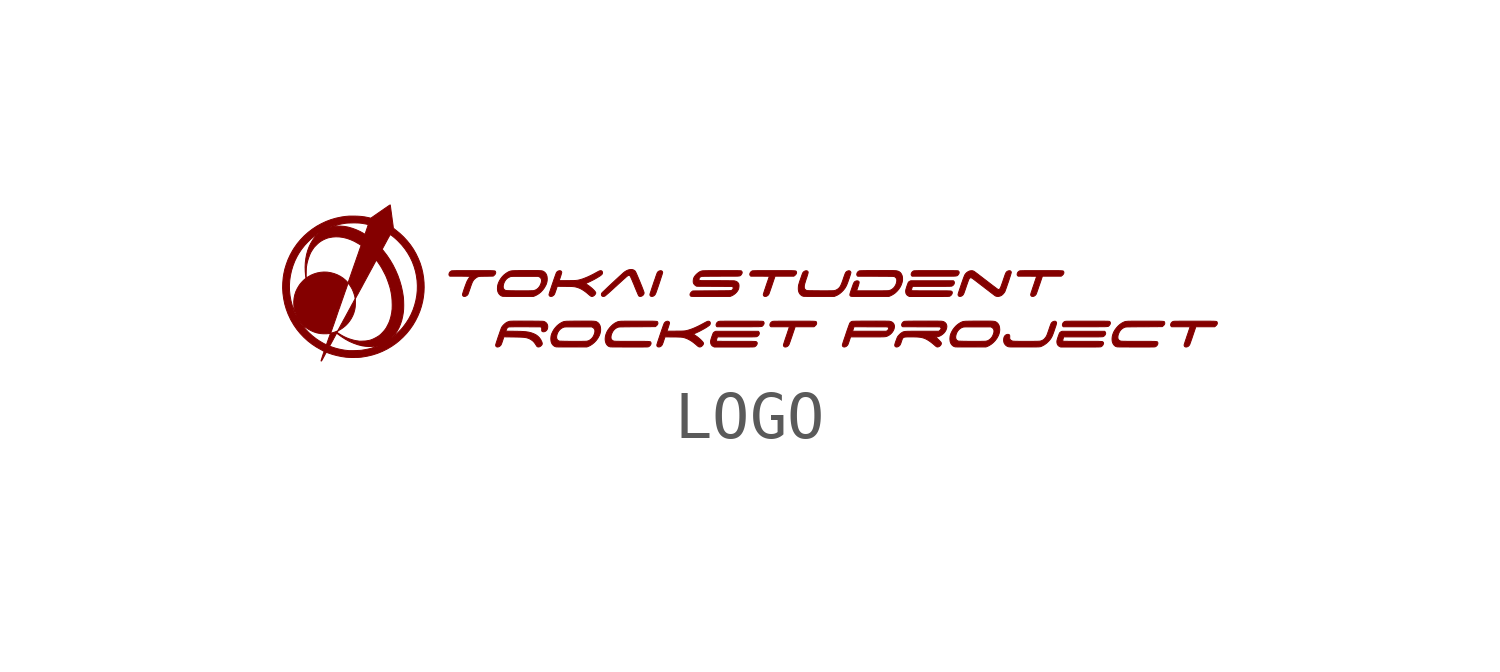
<source format=kicad_sym>
(kicad_symbol_lib
  (version 20220914)
  (generator bitmap2component)
  (symbol "LOGO"
    (pin_names
      (offset 1.016))
    (property "Reference" "#G"
      (at 0 1.102 0)
      (effects (font (size 1.27 1.27)) hide))
    (symbol "LOGO_0_0"
      (polyline (pts (xy -9.053 -1.605) (xy -9.047 -1.597) (xy -9.039 -1.584) (xy -9.028 -1.564) (xy -9.014 -1.538) (xy -9.007 -1.524) (xy -8.996 -1.505) (xy -8.987 -1.488) (xy -8.981 -1.476) (xy -8.978 -1.47) (xy -8.969 -1.455) (xy -8.962 -1.441) (xy -8.96 -1.437) (xy -8.954 -1.428) (xy -8.95 -1.425) (xy -8.947 -1.425) (xy -8.937 -1.429) (xy -8.924 -1.433) (xy -8.904 -1.441) (xy -8.818 -1.47) (xy -8.726 -1.494) (xy -8.63 -1.514) (xy -8.533 -1.528) (xy -8.528 -1.528) (xy -8.502 -1.53) (xy -8.471 -1.532) (xy -8.434 -1.533) (xy -8.396 -1.533) (xy -8.357 -1.533) (xy -8.318 -1.532) (xy -8.283 -1.532) (xy -8.253 -1.53) (xy -8.229 -1.528) (xy -8.203 -1.525) (xy -8.089 -1.506) (xy -7.979 -1.48) (xy -7.872 -1.446) (xy -7.769 -1.404) (xy -7.67 -1.355) (xy -7.574 -1.298) (xy -7.481 -1.233) (xy -7.417 -1.181) (xy -7.335 -1.106) (xy -7.259 -1.026) (xy -7.19 -0.941) (xy -7.127 -0.851) (xy -7.071 -0.756) (xy -7.022 -0.658) (xy -6.98 -0.557) (xy -6.946 -0.453) (xy -6.92 -0.347) (xy -6.905 -0.261) (xy -6.893 -0.157) (xy -6.889 -0.053) (xy -6.892 0.05) (xy -6.902 0.154) (xy -6.92 0.261) (xy -6.94 0.346) (xy -6.972 0.451) (xy -7.013 0.552) (xy -7.06 0.651) (xy -7.115 0.747) (xy -7.177 0.838) (xy -7.246 0.924) (xy -7.321 1.006) (xy -7.403 1.083) (xy -7.49 1.154) (xy -7.496 1.158) (xy -7.513 1.171) (xy -7.526 1.183) (xy -7.535 1.191) (xy -7.538 1.195) (xy -7.539 1.199) (xy -7.54 1.211) (xy -7.543 1.229) (xy -7.545 1.252) (xy -7.549 1.279) (xy -7.553 1.309) (xy -7.556 1.333) (xy -7.561 1.363) (xy -7.564 1.389) (xy -7.567 1.411) (xy -7.569 1.428) (xy -7.571 1.438) (xy -7.571 1.439) (xy -7.572 1.452) (xy -7.575 1.471) (xy -7.578 1.493) (xy -7.581 1.517) (xy -7.585 1.542) (xy -7.589 1.573) (xy -7.593 1.603) (xy -7.596 1.627) (xy -7.599 1.647) (xy -7.601 1.664) (xy -7.604 1.676) (xy -7.605 1.682) (xy -7.607 1.681) (xy -7.616 1.677) (xy -7.629 1.669) (xy -7.646 1.657) (xy -7.666 1.644) (xy -7.674 1.638) (xy -7.699 1.621) (xy -7.724 1.604) (xy -7.747 1.588) (xy -7.765 1.575) (xy -7.765 1.575) (xy -7.78 1.565) (xy -7.8 1.551) (xy -7.825 1.534) (xy -7.852 1.515) (xy -7.881 1.495) (xy -7.91 1.475) (xy -8.014 1.403) (xy -8.049 1.411) (xy -8.065 1.415) (xy -8.141 1.43) (xy -8.217 1.44) (xy -8.296 1.445) (xy -8.381 1.447) (xy -8.393 1.447) (xy -8.437 1.447) (xy -8.476 1.446) (xy -8.511 1.443) (xy -8.546 1.44) (xy -8.583 1.435) (xy -8.625 1.429) (xy -8.64 1.426) (xy -8.749 1.403) (xy -8.855 1.372) (xy -8.958 1.333) (xy -9.058 1.286) (xy -9.154 1.233) (xy -9.184 1.213) (xy -8.869 1.213) (xy -8.864 1.215) (xy -8.854 1.219) (xy -8.839 1.225) (xy -8.822 1.231) (xy -8.803 1.237) (xy -8.783 1.244) (xy -8.764 1.249) (xy -8.758 1.251) (xy -8.695 1.268) (xy -8.626 1.282) (xy -8.552 1.295) (xy -8.549 1.295) (xy -8.526 1.298) (xy -8.496 1.3) (xy -8.461 1.301) (xy -8.423 1.302) (xy -8.384 1.303) (xy -8.345 1.303) (xy -8.308 1.302) (xy -8.275 1.301) (xy -8.246 1.299) (xy -8.225 1.297) (xy -8.189 1.292) (xy -8.156 1.286) (xy -8.127 1.281) (xy -8.103 1.276) (xy -8.085 1.272) (xy -8.073 1.268) (xy -8.069 1.265) (xy -8.069 1.265) (xy -8.071 1.258) (xy -8.075 1.245) (xy -8.081 1.227) (xy -8.088 1.204) (xy -8.097 1.179) (xy -8.098 1.176) (xy -8.107 1.15) (xy -8.115 1.126) (xy -8.122 1.106) (xy -8.127 1.09) (xy -8.13 1.081) (xy -8.131 1.078) (xy -8.134 1.069) (xy -8.137 1.065) (xy -8.141 1.067) (xy -8.15 1.072) (xy -8.163 1.079) (xy -8.169 1.083) (xy -8.243 1.124) (xy -8.321 1.159) (xy -8.399 1.188) (xy -8.476 1.211) (xy -8.502 1.217) (xy -8.575 1.23) (xy -8.645 1.235) (xy -8.716 1.235) (xy -8.789 1.227) (xy -8.864 1.213) (xy -8.867 1.212) (xy -8.869 1.213) (xy -9.184 1.213) (xy -9.246 1.172) (xy -9.333 1.105) (xy -9.416 1.031) (xy -9.493 0.951) (xy -9.564 0.866) (xy -9.629 0.774) (xy -9.662 0.721) (xy -9.713 0.628) (xy -9.758 0.531) (xy -9.795 0.431) (xy -9.826 0.33) (xy -9.848 0.229) (xy -9.86 0.153) (xy -9.87 0.041) (xy -9.872 -0.019) (xy -9.729 -0.019) (xy -9.723 0.087) (xy -9.708 0.192) (xy -9.685 0.296) (xy -9.654 0.399) (xy -9.615 0.5) (xy -9.603 0.525) (xy -9.57 0.592) (xy -9.533 0.657) (xy -9.49 0.723) (xy -9.463 0.76) (xy -9.406 0.832) (xy -9.342 0.9) (xy -9.275 0.965) (xy -9.204 1.024) (xy -9.132 1.077) (xy -9.12 1.084) (xy -9.102 1.096) (xy -9.091 1.103) (xy -9.086 1.106) (xy -9.088 1.104) (xy -9.095 1.097) (xy -9.101 1.092) (xy -9.123 1.073) (xy -9.146 1.05) (xy -9.17 1.026) (xy -9.192 1.002) (xy -9.209 0.982) (xy -9.241 0.937) (xy -9.281 0.87) (xy -9.316 0.797) (xy -9.345 0.719) (xy -9.368 0.636) (xy -9.384 0.55) (xy -9.395 0.461) (xy -9.399 0.369) (xy -9.396 0.275) (xy -9.394 0.252) (xy -9.392 0.225) (xy -9.392 0.22) (xy -9.376 0.22) (xy -9.375 0.248) (xy -9.375 0.276) (xy -9.374 0.304) (xy -9.373 0.331) (xy -9.372 0.354) (xy -9.37 0.374) (xy -9.369 0.387) (xy -9.367 0.394) (xy -9.366 0.396) (xy -9.365 0.405) (xy -9.363 0.417) (xy -9.36 0.437) (xy -9.352 0.472) (xy -9.342 0.511) (xy -9.33 0.551) (xy -9.316 0.59) (xy -9.302 0.628) (xy -9.288 0.66) (xy -9.275 0.687) (xy -9.273 0.69) (xy -9.264 0.705) (xy -9.252 0.724) (xy -9.239 0.743) (xy -9.227 0.762) (xy -9.217 0.776) (xy -9.21 0.786) (xy -9.207 0.79) (xy -9.196 0.801) (xy -9.182 0.816) (xy -9.166 0.832) (xy -9.149 0.849) (xy -9.134 0.864) (xy -9.12 0.876) (xy -9.111 0.884) (xy -9.105 0.889) (xy -9.075 0.911) (xy -9.039 0.933) (xy -9.003 0.952) (xy -8.969 0.967) (xy -8.957 0.972) (xy -8.944 0.977) (xy -8.935 0.98) (xy -8.928 0.983) (xy -8.914 0.987) (xy -8.899 0.991) (xy -8.893 0.992) (xy -8.821 1.005) (xy -8.747 1.01) (xy -8.672 1.007) (xy -8.595 0.996) (xy -8.518 0.977) (xy -8.441 0.95) (xy -8.364 0.916) (xy -8.359 0.913) (xy -8.342 0.904) (xy -8.323 0.893) (xy -8.302 0.881) (xy -8.28 0.869) (xy -8.26 0.857) (xy -8.243 0.846) (xy -8.23 0.838) (xy -8.224 0.833) (xy -8.222 0.831) (xy -8.221 0.825) (xy -8.223 0.815) (xy -8.229 0.8) (xy -8.233 0.787) (xy -8.241 0.766) (xy -8.248 0.747) (xy -7.772 0.747) (xy -7.771 0.75) (xy -7.769 0.756) (xy -7.764 0.766) (xy -7.757 0.779) (xy -7.747 0.797) (xy -7.734 0.821) (xy -7.718 0.851) (xy -7.707 0.871) (xy -7.694 0.895) (xy -7.682 0.917) (xy -7.673 0.935) (xy -7.66 0.959) (xy -7.644 0.988) (xy -7.631 1.011) (xy -7.621 1.029) (xy -7.614 1.041) (xy -7.608 1.049) (xy -7.604 1.053) (xy -7.601 1.054) (xy -7.599 1.054) (xy -7.59 1.048) (xy -7.576 1.039) (xy -7.558 1.025) (xy -7.538 1.009) (xy -7.515 0.99) (xy -7.492 0.97) (xy -7.469 0.949) (xy -7.448 0.929) (xy -7.438 0.919) (xy -7.364 0.841) (xy -7.297 0.758) (xy -7.237 0.67) (xy -7.184 0.578) (xy -7.139 0.483) (xy -7.102 0.384) (xy -7.072 0.282) (xy -7.054 0.194) (xy -7.039 0.088) (xy -7.033 -0.017) (xy -7.035 -0.122) (xy -7.045 -0.226) (xy -7.064 -0.329) (xy -7.09 -0.43) (xy -7.123 -0.529) (xy -7.165 -0.626) (xy -7.214 -0.719) (xy -7.271 -0.808) (xy -7.335 -0.894) (xy -7.337 -0.897) (xy -7.356 -0.919) (xy -7.379 -0.945) (xy -7.405 -0.972) (xy -7.432 -0.999) (xy -7.458 -1.024) (xy -7.481 -1.047) (xy -7.501 -1.064) (xy -7.51 -1.072) (xy -7.528 -1.087) (xy -7.545 -1.1) (xy -7.558 -1.11) (xy -7.561 -1.114) (xy -7.569 -1.119) (xy -7.571 -1.12) (xy -7.569 -1.117) (xy -7.561 -1.109) (xy -7.548 -1.094) (xy -7.504 -1.042) (xy -7.459 -0.978) (xy -7.42 -0.907) (xy -7.388 -0.83) (xy -7.361 -0.749) (xy -7.341 -0.661) (xy -7.326 -0.569) (xy -7.325 -0.551) (xy -7.322 -0.516) (xy -7.321 -0.476) (xy -7.32 -0.432) (xy -7.321 -0.389) (xy -7.322 -0.346) (xy -7.324 -0.306) (xy -7.326 -0.273) (xy -7.327 -0.263) (xy -7.345 -0.148) (xy -7.37 -0.033) (xy -7.403 0.081) (xy -7.443 0.195) (xy -7.491 0.306) (xy -7.545 0.414) (xy -7.606 0.518) (xy -7.673 0.618) (xy -7.745 0.712) (xy -7.754 0.723) (xy -7.763 0.734) (xy -7.769 0.741) (xy -7.77 0.742) (xy -7.771 0.744) (xy -7.772 0.747) (xy -8.248 0.747) (xy -8.249 0.744) (xy -8.257 0.721) (xy -8.264 0.7) (xy -8.274 0.67) (xy -8.284 0.641) (xy -8.294 0.614) (xy -8.295 0.61) (xy -8.303 0.588) (xy -8.31 0.568) (xy -8.316 0.552) (xy -8.319 0.541) (xy -8.323 0.53) (xy -8.33 0.509) (xy -8.34 0.48) (xy -8.353 0.445) (xy -8.368 0.401) (xy -8.386 0.351) (xy -8.388 0.343) (xy -8.407 0.29) (xy -8.427 0.231) (xy -8.45 0.165) (xy -8.476 0.09) (xy -8.479 0.082) (xy -8.485 0.064) (xy -8.49 0.053) (xy -8.494 0.048) (xy -8.499 0.049) (xy -8.506 0.054) (xy -8.515 0.064) (xy -8.54 0.09) (xy -8.594 0.136) (xy -8.654 0.176) (xy -8.718 0.209) (xy -8.786 0.235) (xy -8.858 0.254) (xy -8.934 0.266) (xy -8.936 0.266) (xy -9.005 0.268) (xy -9.074 0.262) (xy -9.144 0.249) (xy -9.212 0.228) (xy -9.278 0.2) (xy -9.34 0.164) (xy -9.345 0.161) (xy -9.358 0.153) (xy -9.368 0.148) (xy -9.373 0.147) (xy -9.373 0.149) (xy -9.375 0.159) (xy -9.375 0.174) (xy -9.376 0.196) (xy -9.376 0.22) (xy -9.392 0.22) (xy -9.39 0.2) (xy -9.388 0.179) (xy -9.386 0.165) (xy -9.381 0.136) (xy -9.396 0.125) (xy -9.397 0.123) (xy -9.418 0.106) (xy -9.441 0.084) (xy -9.465 0.059) (xy -9.487 0.034) (xy -9.506 0.011) (xy -9.525 -0.016) (xy -9.563 -0.079) (xy -9.594 -0.144) (xy -9.616 -0.211) (xy -9.631 -0.281) (xy -9.638 -0.355) (xy -9.638 -0.37) (xy -9.636 -0.436) (xy -9.629 -0.5) (xy -9.615 -0.561) (xy -9.596 -0.616) (xy -9.595 -0.619) (xy -9.589 -0.633) (xy -9.586 -0.642) (xy -9.586 -0.646) (xy -9.586 -0.646) (xy -9.59 -0.64) (xy -9.596 -0.628) (xy -9.603 -0.612) (xy -9.612 -0.593) (xy -9.621 -0.573) (xy -9.629 -0.553) (xy -9.637 -0.535) (xy -9.669 -0.44) (xy -9.697 -0.335) (xy -9.716 -0.23) (xy -9.727 -0.124) (xy -9.729 -0.019) (xy -9.872 -0.019) (xy -9.873 -0.071) (xy -9.866 -0.182) (xy -9.851 -0.293) (xy -9.829 -0.402) (xy -9.798 -0.509) (xy -9.759 -0.614) (xy -9.739 -0.657) (xy -9.583 -0.657) (xy -9.581 -0.655) (xy -9.579 -0.657) (xy -9.581 -0.659) (xy -9.583 -0.657) (xy -9.739 -0.657) (xy -9.731 -0.674) (xy -9.575 -0.674) (xy -9.573 -0.672) (xy -9.57 -0.674) (xy -9.573 -0.676) (xy -9.575 -0.674) (xy -9.731 -0.674) (xy -9.723 -0.691) (xy -9.566 -0.691) (xy -9.564 -0.689) (xy -9.562 -0.691) (xy -9.564 -0.693) (xy -9.566 -0.691) (xy -9.723 -0.691) (xy -9.712 -0.717) (xy -9.703 -0.734) (xy -9.54 -0.734) (xy -9.538 -0.732) (xy -9.536 -0.734) (xy -9.538 -0.736) (xy -9.54 -0.734) (xy -9.703 -0.734) (xy -9.696 -0.747) (xy -9.532 -0.747) (xy -9.53 -0.744) (xy -9.528 -0.747) (xy -9.53 -0.749) (xy -9.532 -0.747) (xy -9.696 -0.747) (xy -9.694 -0.751) (xy -9.689 -0.759) (xy -9.523 -0.759) (xy -9.521 -0.757) (xy -9.519 -0.759) (xy -9.521 -0.762) (xy -9.523 -0.759) (xy -9.689 -0.759) (xy -9.686 -0.764) (xy -9.52 -0.764) (xy -9.505 -0.781) (xy -9.499 -0.788) (xy -9.48 -0.81) (xy -9.457 -0.833) (xy -9.434 -0.857) (xy -9.412 -0.877) (xy -9.393 -0.894) (xy -9.372 -0.909) (xy -9.322 -0.942) (xy -9.267 -0.971) (xy -9.21 -0.996) (xy -9.175 -1.007) (xy -8.855 -1.007) (xy -8.851 -0.993) (xy -8.843 -0.973) (xy -8.842 -0.97) (xy -8.838 -0.959) (xy -8.833 -0.946) (xy -8.831 -0.939) (xy -8.825 -0.923) (xy -8.819 -0.904) (xy -8.812 -0.883) (xy -8.811 -0.883) (xy -8.791 -0.826) (xy -8.774 -0.776) (xy -8.759 -0.733) (xy -8.746 -0.696) (xy -8.735 -0.663) (xy -8.726 -0.635) (xy -8.717 -0.61) (xy -8.71 -0.588) (xy -8.706 -0.576) (xy -8.698 -0.554) (xy -8.692 -0.536) (xy -8.688 -0.522) (xy -8.685 -0.516) (xy -8.685 -0.514) (xy -8.676 -0.494) (xy -8.669 -0.476) (xy -8.665 -0.462) (xy -8.663 -0.455) (xy -8.663 -0.451) (xy -8.659 -0.442) (xy -8.658 -0.438) (xy -8.653 -0.427) (xy -8.648 -0.411) (xy -8.641 -0.392) (xy -8.634 -0.372) (xy -8.627 -0.353) (xy -8.622 -0.337) (xy -8.618 -0.325) (xy -8.615 -0.315) (xy -8.61 -0.302) (xy -8.607 -0.294) (xy -8.601 -0.279) (xy -8.596 -0.263) (xy -8.588 -0.239) (xy -8.579 -0.214) (xy -8.57 -0.189) (xy -8.563 -0.167) (xy -8.556 -0.147) (xy -8.551 -0.134) (xy -8.548 -0.126) (xy -8.548 -0.126) (xy -8.545 -0.117) (xy -8.54 -0.103) (xy -8.533 -0.085) (xy -8.526 -0.064) (xy -8.526 -0.064) (xy -8.518 -0.041) (xy -8.511 -0.019) (xy -8.504 -0.001) (xy -8.5 0.012) (xy -8.491 0.035) (xy -8.481 0.023) (xy -8.476 0.016) (xy -8.462 -0.003) (xy -8.446 -0.026) (xy -8.43 -0.052) (xy -8.416 -0.076) (xy -8.404 -0.098) (xy -8.402 -0.104) (xy -8.39 -0.131) (xy -8.379 -0.159) (xy -8.369 -0.188) (xy -8.36 -0.217) (xy -8.353 -0.243) (xy -8.348 -0.267) (xy -8.346 -0.286) (xy -8.346 -0.3) (xy -8.349 -0.307) (xy -8.351 -0.309) (xy -8.356 -0.318) (xy -8.364 -0.331) (xy -8.372 -0.347) (xy -8.376 -0.354) (xy -8.385 -0.372) (xy -8.393 -0.387) (xy -8.399 -0.397) (xy -8.407 -0.411) (xy -8.415 -0.425) (xy -8.417 -0.428) (xy -8.423 -0.441) (xy -8.432 -0.457) (xy -8.441 -0.475) (xy -8.446 -0.484) (xy -8.454 -0.499) (xy -8.46 -0.509) (xy -8.462 -0.513) (xy -8.463 -0.515) (xy -8.468 -0.523) (xy -8.475 -0.536) (xy -8.483 -0.552) (xy -8.487 -0.559) (xy -8.497 -0.577) (xy -8.505 -0.593) (xy -8.511 -0.603) (xy -8.515 -0.61) (xy -8.523 -0.625) (xy -8.531 -0.641) (xy -8.536 -0.649) (xy -8.546 -0.668) (xy -8.556 -0.686) (xy -8.561 -0.695) (xy -8.57 -0.711) (xy -8.576 -0.723) (xy -8.579 -0.727) (xy -8.586 -0.74) (xy -8.595 -0.756) (xy -8.604 -0.774) (xy -8.609 -0.784) (xy -8.616 -0.798) (xy -8.622 -0.808) (xy -8.625 -0.813) (xy -8.626 -0.815) (xy -8.631 -0.823) (xy -8.638 -0.836) (xy -8.646 -0.851) (xy -8.65 -0.859) (xy -8.659 -0.877) (xy -8.668 -0.892) (xy -8.673 -0.903) (xy -8.678 -0.911) (xy -8.686 -0.926) (xy -8.695 -0.941) (xy -8.701 -0.952) (xy -8.707 -0.964) (xy -8.711 -0.97) (xy -8.712 -0.97) (xy -8.719 -0.975) (xy -8.733 -0.981) (xy -8.75 -0.988) (xy -8.769 -0.996) (xy -8.785 -1.001) (xy -8.722 -1.001) (xy -8.718 -0.992) (xy -8.71 -0.981) (xy -8.699 -0.97) (xy -8.688 -0.962) (xy -8.668 -0.951) (xy -8.641 -0.935) (xy -8.613 -0.916) (xy -8.586 -0.895) (xy -8.562 -0.876) (xy -8.544 -0.861) (xy -8.5 -0.816) (xy -8.46 -0.765) (xy -8.424 -0.71) (xy -8.394 -0.652) (xy -8.371 -0.595) (xy -8.363 -0.567) (xy -8.353 -0.53) (xy -8.346 -0.494) (xy -8.341 -0.458) (xy -8.339 -0.417) (xy -8.338 -0.371) (xy -8.339 -0.293) (xy -8.323 -0.263) (xy -8.322 -0.262) (xy -8.314 -0.245) (xy -8.306 -0.231) (xy -8.3 -0.22) (xy -8.294 -0.21) (xy -8.286 -0.196) (xy -8.277 -0.18) (xy -8.269 -0.164) (xy -8.259 -0.146) (xy -8.251 -0.131) (xy -8.244 -0.119) (xy -8.224 -0.082) (xy -8.205 -0.048) (xy -8.187 -0.014) (xy -8.167 0.024) (xy -8.167 0.024) (xy -8.157 0.042) (xy -8.148 0.059) (xy -8.14 0.073) (xy -8.134 0.085) (xy -8.124 0.102) (xy -8.115 0.12) (xy -8.107 0.135) (xy -8.096 0.155) (xy -8.086 0.173) (xy -8.085 0.174) (xy -8.076 0.192) (xy -8.065 0.212) (xy -8.055 0.231) (xy -8.048 0.244) (xy -8.036 0.265) (xy -8.024 0.288) (xy -8.012 0.31) (xy -8.004 0.324) (xy -7.99 0.349) (xy -7.976 0.375) (xy -7.962 0.402) (xy -7.945 0.433) (xy -7.925 0.47) (xy -7.924 0.472) (xy -7.914 0.49) (xy -7.906 0.504) (xy -7.9 0.514) (xy -7.897 0.518) (xy -7.896 0.516) (xy -7.89 0.509) (xy -7.881 0.498) (xy -7.869 0.482) (xy -7.857 0.465) (xy -7.844 0.446) (xy -7.832 0.428) (xy -7.828 0.422) (xy -7.818 0.407) (xy -7.809 0.394) (xy -7.804 0.385) (xy -7.802 0.383) (xy -7.795 0.37) (xy -7.784 0.352) (xy -7.771 0.329) (xy -7.758 0.304) (xy -7.744 0.277) (xy -7.73 0.251) (xy -7.718 0.227) (xy -7.707 0.207) (xy -7.7 0.192) (xy -7.686 0.159) (xy -7.666 0.108) (xy -7.647 0.056) (xy -7.63 0.006) (xy -7.615 -0.04) (xy -7.604 -0.081) (xy -7.601 -0.095) (xy -7.597 -0.113) (xy -7.594 -0.126) (xy -7.586 -0.164) (xy -7.573 -0.244) (xy -7.566 -0.329) (xy -7.563 -0.417) (xy -7.563 -0.424) (xy -7.563 -0.451) (xy -7.564 -0.476) (xy -7.564 -0.497) (xy -7.565 -0.512) (xy -7.565 -0.52) (xy -7.567 -0.53) (xy -7.569 -0.545) (xy -7.571 -0.563) (xy -7.572 -0.578) (xy -7.576 -0.6) (xy -7.58 -0.62) (xy -7.583 -0.634) (xy -7.586 -0.649) (xy -7.588 -0.659) (xy -7.588 -0.659) (xy -7.59 -0.67) (xy -7.595 -0.686) (xy -7.6 -0.705) (xy -7.606 -0.726) (xy -7.612 -0.745) (xy -7.617 -0.76) (xy -7.62 -0.769) (xy -7.624 -0.779) (xy -7.628 -0.789) (xy -7.63 -0.793) (xy -7.636 -0.807) (xy -7.645 -0.826) (xy -7.656 -0.847) (xy -7.667 -0.869) (xy -7.678 -0.889) (xy -7.687 -0.906) (xy -7.694 -0.918) (xy -7.699 -0.924) (xy -7.719 -0.952) (xy -7.744 -0.982) (xy -7.771 -1.011) (xy -7.798 -1.039) (xy -7.824 -1.062) (xy -7.841 -1.075) (xy -7.869 -1.093) (xy -7.9 -1.111) (xy -7.934 -1.129) (xy -7.967 -1.145) (xy -7.999 -1.158) (xy -8.028 -1.168) (xy -8.052 -1.174) (xy -8.054 -1.174) (xy -8.067 -1.176) (xy -8.084 -1.179) (xy -8.103 -1.182) (xy -8.106 -1.183) (xy -8.121 -1.185) (xy -8.14 -1.186) (xy -8.162 -1.187) (xy -8.186 -1.188) (xy -8.209 -1.189) (xy -8.231 -1.189) (xy -8.248 -1.189) (xy -8.261 -1.189) (xy -8.266 -1.188) (xy -8.27 -1.187) (xy -8.28 -1.185) (xy -8.293 -1.183) (xy -8.318 -1.18) (xy -8.364 -1.171) (xy -8.415 -1.157) (xy -8.466 -1.141) (xy -8.516 -1.122) (xy -8.563 -1.101) (xy -8.571 -1.097) (xy -8.594 -1.085) (xy -8.618 -1.072) (xy -8.642 -1.058) (xy -8.665 -1.044) (xy -8.686 -1.031) (xy -8.703 -1.02) (xy -8.715 -1.011) (xy -8.721 -1.006) (xy -8.722 -1.001) (xy -8.785 -1.001) (xy -8.789 -1.003) (xy -8.807 -1.008) (xy -8.819 -1.011) (xy -8.838 -1.016) (xy -8.85 -1.017) (xy -8.855 -1.014) (xy -8.855 -1.007) (xy -9.175 -1.007) (xy -9.153 -1.014) (xy -9.123 -1.021) (xy -9.067 -1.03) (xy -9.01 -1.034) (xy -8.954 -1.034) (xy -8.902 -1.03) (xy -8.865 -1.024) (xy -8.871 -1.042) (xy -8.871 -1.042) (xy -8.874 -1.052) (xy -8.88 -1.069) (xy -8.887 -1.09) (xy -8.896 -1.114) (xy -8.905 -1.14) (xy -8.906 -1.142) (xy -8.915 -1.168) (xy -8.924 -1.193) (xy -8.931 -1.214) (xy -8.937 -1.231) (xy -8.94 -1.241) (xy -8.943 -1.247) (xy -8.947 -1.257) (xy -8.95 -1.263) (xy -8.955 -1.262) (xy -8.966 -1.258) (xy -8.983 -1.25) (xy -9.003 -1.24) (xy -9.027 -1.227) (xy -9.052 -1.212) (xy -9.079 -1.196) (xy -9.105 -1.18) (xy -9.13 -1.163) (xy -9.159 -1.144) (xy -9.243 -1.079) (xy -9.322 -1.007) (xy -9.396 -0.929) (xy -9.464 -0.845) (xy -9.476 -0.828) (xy -9.489 -0.81) (xy -9.5 -0.794) (xy -9.508 -0.783) (xy -9.52 -0.764) (xy -9.686 -0.764) (xy -9.637 -0.848) (xy -9.573 -0.94) (xy -9.503 -1.026) (xy -9.426 -1.107) (xy -9.343 -1.183) (xy -9.254 -1.252) (xy -9.191 -1.294) (xy -8.882 -1.294) (xy -8.882 -1.294) (xy -8.879 -1.289) (xy -8.873 -1.277) (xy -8.864 -1.26) (xy -8.852 -1.239) (xy -8.839 -1.215) (xy -8.825 -1.189) (xy -8.81 -1.162) (xy -8.796 -1.134) (xy -8.781 -1.108) (xy -8.768 -1.084) (xy -8.757 -1.062) (xy -8.747 -1.045) (xy -8.74 -1.033) (xy -8.737 -1.027) (xy -8.737 -1.027) (xy -8.734 -1.025) (xy -8.728 -1.027) (xy -8.718 -1.033) (xy -8.704 -1.043) (xy -8.684 -1.058) (xy -8.637 -1.092) (xy -8.552 -1.147) (xy -8.466 -1.194) (xy -8.379 -1.232) (xy -8.292 -1.263) (xy -8.254 -1.273) (xy -7.833 -1.273) (xy -7.831 -1.271) (xy -7.829 -1.273) (xy -7.831 -1.275) (xy -7.833 -1.273) (xy -8.254 -1.273) (xy -8.206 -1.285) (xy -8.186 -1.289) (xy -8.12 -1.298) (xy -8.052 -1.302) (xy -7.986 -1.3) (xy -7.922 -1.293) (xy -7.864 -1.281) (xy -7.854 -1.279) (xy -7.843 -1.277) (xy -7.839 -1.277) (xy -7.842 -1.279) (xy -7.851 -1.283) (xy -7.866 -1.289) (xy -7.885 -1.296) (xy -7.905 -1.304) (xy -7.926 -1.312) (xy -7.946 -1.319) (xy -7.964 -1.326) (xy -7.969 -1.327) (xy -8.02 -1.343) (xy -8.078 -1.357) (xy -8.14 -1.369) (xy -8.206 -1.38) (xy -8.208 -1.381) (xy -8.225 -1.382) (xy -8.25 -1.384) (xy -8.279 -1.385) (xy -8.312 -1.387) (xy -8.346 -1.388) (xy -8.38 -1.389) (xy -8.413 -1.389) (xy -8.442 -1.389) (xy -8.466 -1.389) (xy -8.484 -1.388) (xy -8.504 -1.386) (xy -8.565 -1.379) (xy -8.628 -1.368) (xy -8.689 -1.355) (xy -8.745 -1.341) (xy -8.745 -1.341) (xy -8.765 -1.335) (xy -8.787 -1.328) (xy -8.81 -1.321) (xy -8.832 -1.313) (xy -8.851 -1.306) (xy -8.867 -1.301) (xy -8.878 -1.296) (xy -8.882 -1.294) (xy -9.191 -1.294) (xy -9.159 -1.315) (xy -9.058 -1.372) (xy -9.048 -1.377) (xy -9.027 -1.389) (xy -9.013 -1.397) (xy -9.004 -1.403) (xy -9 -1.408) (xy -8.999 -1.411) (xy -9.002 -1.419) (xy -9.008 -1.435) (xy -9.016 -1.456) (xy -9.024 -1.479) (xy -9.032 -1.503) (xy -9.04 -1.528) (xy -9.047 -1.551) (xy -9.054 -1.572) (xy -9.059 -1.589) (xy -9.062 -1.6) (xy -9.063 -1.605) (xy -9.063 -1.605) (xy -9.06 -1.608) (xy -9.057 -1.609) (xy -9.053 -1.605)) (stroke (width 0.01) (type default)) (fill (type outline)))
      (polyline (pts (xy -5.319 -1.308) (xy -5.298 -1.298) (xy -5.279 -1.28) (xy -5.278 -1.279) (xy -5.272 -1.272) (xy -5.266 -1.262) (xy -5.261 -1.25) (xy -5.254 -1.233) (xy -5.246 -1.21) (xy -5.236 -1.181) (xy -5.209 -1.098) (xy -5.014 -1.101) (xy -5.011 -1.101) (xy -4.954 -1.102) (xy -4.905 -1.103) (xy -4.863 -1.104) (xy -4.826 -1.106) (xy -4.795 -1.108) (xy -4.769 -1.111) (xy -4.745 -1.115) (xy -4.725 -1.119) (xy -4.706 -1.125) (xy -4.688 -1.131) (xy -4.671 -1.139) (xy -4.653 -1.148) (xy -4.639 -1.156) (xy -4.601 -1.183) (xy -4.568 -1.217) (xy -4.541 -1.255) (xy -4.537 -1.262) (xy -4.527 -1.278) (xy -4.518 -1.292) (xy -4.512 -1.3) (xy -4.511 -1.301) (xy -4.496 -1.31) (xy -4.478 -1.312) (xy -4.458 -1.308) (xy -4.439 -1.298) (xy -4.42 -1.282) (xy -4.41 -1.27) (xy -4.402 -1.255) (xy -4.4 -1.24) (xy -4.403 -1.223) (xy -4.411 -1.2) (xy -4.413 -1.196) (xy -4.435 -1.153) (xy -4.462 -1.116) (xy -4.494 -1.084) (xy -4.532 -1.056) (xy -4.576 -1.034) (xy -4.626 -1.015) (xy -4.684 -1) (xy -4.749 -0.99) (xy -4.762 -0.989) (xy -4.789 -0.987) (xy -4.825 -0.985) (xy -4.869 -0.983) (xy -4.922 -0.982) (xy -4.983 -0.981) (xy -5.167 -0.979) (xy -5.157 -0.948) (xy -5.149 -0.929) (xy -5.138 -0.91) (xy -5.124 -0.898) (xy -5.107 -0.89) (xy -5.101 -0.889) (xy -5.09 -0.888) (xy -5.072 -0.888) (xy -5.049 -0.887) (xy -5.019 -0.887) (xy -4.983 -0.886) (xy -4.939 -0.886) (xy -4.888 -0.886) (xy -4.828 -0.886) (xy -4.761 -0.886) (xy -4.433 -0.888) (xy -4.422 -0.898) (xy -4.42 -0.9) (xy -4.415 -0.906) (xy -4.413 -0.913) (xy -4.412 -0.924) (xy -4.412 -0.941) (xy -4.412 -0.949) (xy -4.412 -0.963) (xy -4.411 -0.972) (xy -4.408 -0.978) (xy -4.402 -0.983) (xy -4.402 -0.984) (xy -4.386 -0.991) (xy -4.367 -0.992) (xy -4.347 -0.987) (xy -4.327 -0.977) (xy -4.309 -0.961) (xy -4.308 -0.96) (xy -4.295 -0.939) (xy -4.287 -0.913) (xy -4.285 -0.881) (xy -4.286 -0.865) (xy -4.294 -0.836) (xy -4.309 -0.811) (xy -4.331 -0.791) (xy -4.359 -0.776) (xy -4.359 -0.776) (xy -4.364 -0.774) (xy -4.369 -0.773) (xy -4.375 -0.772) (xy -4.384 -0.771) (xy -4.396 -0.77) (xy -4.41 -0.77) (xy -4.429 -0.769) (xy -4.452 -0.769) (xy -4.48 -0.768) (xy -4.514 -0.768) (xy -4.554 -0.768) (xy -4.601 -0.767) (xy -4.655 -0.767) (xy -4.717 -0.767) (xy -4.775 -0.767) (xy -4.838 -0.766) (xy -4.893 -0.766) (xy -4.94 -0.767) (xy -4.98 -0.767) (xy -5.013 -0.767) (xy -5.04 -0.768) (xy -5.061 -0.769) (xy -5.075 -0.769) (xy -5.084 -0.77) (xy -5.103 -0.775) (xy -5.142 -0.789) (xy -5.179 -0.813) (xy -5.214 -0.845) (xy -5.23 -0.862) (xy -5.248 -0.885) (xy -5.26 -0.905) (xy -5.263 -0.913) (xy -5.269 -0.929) (xy -5.277 -0.951) (xy -5.287 -0.978) (xy -5.297 -1.007) (xy -5.308 -1.04) (xy -5.32 -1.073) (xy -5.332 -1.108) (xy -5.343 -1.141) (xy -5.353 -1.173) (xy -5.363 -1.202) (xy -5.371 -1.227) (xy -5.377 -1.247) (xy -5.381 -1.261) (xy -5.383 -1.268) (xy -5.382 -1.281) (xy -5.377 -1.296) (xy -5.366 -1.306) (xy -5.359 -1.31) (xy -5.339 -1.313) (xy -5.319 -1.308)) (stroke (width 0.01) (type default)) (fill (type outline)))
      (polyline (pts (xy -3.776 -1.312) (xy -3.459 -1.311) (xy -3.43 -1.3) (xy -3.395 -1.284) (xy -3.348 -1.254) (xy -3.304 -1.218) (xy -3.265 -1.177) (xy -3.23 -1.13) (xy -3.203 -1.081) (xy -3.191 -1.055) (xy -3.179 -1.018) (xy -3.172 -0.981) (xy -3.17 -0.943) (xy -3.17 -0.936) (xy -3.174 -0.894) (xy -3.184 -0.858) (xy -3.201 -0.827) (xy -3.223 -0.802) (xy -3.251 -0.783) (xy -3.258 -0.78) (xy -3.265 -0.777) (xy -3.274 -0.774) (xy -3.285 -0.772) (xy -3.297 -0.771) (xy -3.313 -0.769) (xy -3.332 -0.768) (xy -3.356 -0.767) (xy -3.384 -0.767) (xy -3.418 -0.766) (xy -3.458 -0.766) (xy -3.504 -0.766) (xy -3.558 -0.766) (xy -3.619 -0.767) (xy -3.621 -0.767) (xy -3.68 -0.767) (xy -3.731 -0.767) (xy -3.774 -0.768) (xy -3.811 -0.768) (xy -3.842 -0.769) (xy -3.869 -0.769) (xy -3.89 -0.77) (xy -3.908 -0.772) (xy -3.922 -0.773) (xy -3.935 -0.775) (xy -3.945 -0.777) (xy -3.954 -0.78) (xy -3.963 -0.783) (xy -3.972 -0.787) (xy -3.982 -0.792) (xy -3.99 -0.795) (xy -4.014 -0.809) (xy -4.04 -0.826) (xy -4.066 -0.846) (xy -4.089 -0.866) (xy -4.092 -0.869) (xy -4.124 -0.904) (xy -4.154 -0.943) (xy -4.179 -0.986) (xy -4.199 -1.028) (xy -4.212 -1.07) (xy -4.214 -1.076) (xy -4.218 -1.107) (xy -4.218 -1.109) (xy -4.099 -1.109) (xy -4.096 -1.079) (xy -4.088 -1.045) (xy -4.073 -1.007) (xy -4.072 -1.005) (xy -4.049 -0.968) (xy -4.021 -0.938) (xy -3.988 -0.913) (xy -3.949 -0.896) (xy -3.948 -0.895) (xy -3.943 -0.894) (xy -3.937 -0.893) (xy -3.93 -0.891) (xy -3.921 -0.89) (xy -3.909 -0.89) (xy -3.894 -0.889) (xy -3.876 -0.889) (xy -3.852 -0.888) (xy -3.824 -0.888) (xy -3.789 -0.888) (xy -3.748 -0.888) (xy -3.699 -0.888) (xy -3.643 -0.888) (xy -3.361 -0.888) (xy -3.339 -0.898) (xy -3.33 -0.904) (xy -3.31 -0.921) (xy -3.296 -0.943) (xy -3.291 -0.969) (xy -3.292 -0.999) (xy -3.301 -1.034) (xy -3.317 -1.074) (xy -3.334 -1.104) (xy -3.359 -1.135) (xy -3.389 -1.16) (xy -3.421 -1.179) (xy -3.456 -1.189) (xy -3.462 -1.19) (xy -3.476 -1.191) (xy -3.498 -1.192) (xy -3.526 -1.192) (xy -3.558 -1.193) (xy -3.595 -1.193) (xy -3.635 -1.194) (xy -3.678 -1.194) (xy -3.722 -1.194) (xy -3.766 -1.194) (xy -3.81 -1.193) (xy -3.853 -1.193) (xy -3.893 -1.192) (xy -3.931 -1.192) (xy -3.964 -1.191) (xy -3.993 -1.19) (xy -4.016 -1.19) (xy -4.032 -1.189) (xy -4.04 -1.188) (xy -4.045 -1.186) (xy -4.067 -1.175) (xy -4.084 -1.158) (xy -4.094 -1.136) (xy -4.099 -1.109) (xy -4.218 -1.109) (xy -4.22 -1.139) (xy -4.218 -1.171) (xy -4.214 -1.198) (xy -4.204 -1.229) (xy -4.187 -1.258) (xy -4.165 -1.282) (xy -4.139 -1.299) (xy -4.11 -1.309) (xy -4.104 -1.31) (xy -4.089 -1.31) (xy -4.068 -1.311) (xy -4.04 -1.311) (xy -4.006 -1.311) (xy -3.967 -1.312) (xy -3.924 -1.312) (xy -3.877 -1.312) (xy -3.827 -1.312) (xy -3.776 -1.312)) (stroke (width 0.01) (type default)) (fill (type outline)))
      (polyline (pts (xy -2.362 -1.313) (xy -2.322 -1.313) (xy -2.287 -1.313) (xy -2.258 -1.312) (xy -2.234 -1.312) (xy -2.215 -1.312) (xy -2.199 -1.311) (xy -2.187 -1.311) (xy -2.178 -1.31) (xy -2.171 -1.309) (xy -2.166 -1.308) (xy -2.162 -1.307) (xy -2.158 -1.306) (xy -2.158 -1.305) (xy -2.139 -1.293) (xy -2.123 -1.276) (xy -2.112 -1.258) (xy -2.107 -1.238) (xy -2.109 -1.22) (xy -2.11 -1.22) (xy -2.111 -1.216) (xy -2.113 -1.212) (xy -2.115 -1.208) (xy -2.118 -1.205) (xy -2.123 -1.202) (xy -2.13 -1.2) (xy -2.14 -1.199) (xy -2.153 -1.197) (xy -2.17 -1.196) (xy -2.191 -1.195) (xy -2.217 -1.195) (xy -2.248 -1.194) (xy -2.286 -1.194) (xy -2.329 -1.194) (xy -2.38 -1.194) (xy -2.438 -1.194) (xy -2.504 -1.194) (xy -2.533 -1.194) (xy -2.604 -1.194) (xy -2.668 -1.193) (xy -2.723 -1.193) (xy -2.77 -1.193) (xy -2.809 -1.192) (xy -2.84 -1.192) (xy -2.864 -1.191) (xy -2.879 -1.19) (xy -2.888 -1.189) (xy -2.895 -1.187) (xy -2.917 -1.177) (xy -2.934 -1.162) (xy -2.946 -1.144) (xy -2.95 -1.131) (xy -2.952 -1.105) (xy -2.949 -1.075) (xy -2.94 -1.042) (xy -2.926 -1.008) (xy -2.906 -0.973) (xy -2.879 -0.941) (xy -2.846 -0.916) (xy -2.807 -0.897) (xy -2.806 -0.897) (xy -2.802 -0.895) (xy -2.798 -0.894) (xy -2.792 -0.893) (xy -2.786 -0.892) (xy -2.777 -0.891) (xy -2.766 -0.89) (xy -2.752 -0.889) (xy -2.735 -0.889) (xy -2.713 -0.888) (xy -2.687 -0.888) (xy -2.655 -0.887) (xy -2.618 -0.887) (xy -2.574 -0.887) (xy -2.523 -0.886) (xy -2.465 -0.886) (xy -2.399 -0.886) (xy -2.016 -0.883) (xy -2 -0.87) (xy -1.98 -0.851) (xy -1.967 -0.831) (xy -1.962 -0.812) (xy -1.966 -0.793) (xy -1.967 -0.79) (xy -1.968 -0.786) (xy -1.97 -0.782) (xy -1.972 -0.779) (xy -1.976 -0.777) (xy -1.981 -0.775) (xy -1.989 -0.773) (xy -2 -0.772) (xy -2.013 -0.771) (xy -2.031 -0.77) (xy -2.053 -0.769) (xy -2.08 -0.768) (xy -2.112 -0.768) (xy -2.151 -0.768) (xy -2.196 -0.768) (xy -2.247 -0.768) (xy -2.307 -0.768) (xy -2.374 -0.768) (xy -2.407 -0.768) (xy -2.471 -0.768) (xy -2.528 -0.768) (xy -2.577 -0.768) (xy -2.62 -0.768) (xy -2.657 -0.768) (xy -2.688 -0.769) (xy -2.715 -0.77) (xy -2.737 -0.77) (xy -2.755 -0.771) (xy -2.77 -0.773) (xy -2.783 -0.774) (xy -2.793 -0.776) (xy -2.803 -0.778) (xy -2.811 -0.781) (xy -2.818 -0.784) (xy -2.826 -0.788) (xy -2.835 -0.791) (xy -2.869 -0.809) (xy -2.909 -0.837) (xy -2.946 -0.871) (xy -2.981 -0.909) (xy -3.012 -0.95) (xy -3.037 -0.993) (xy -3.041 -1.003) (xy -3.058 -1.045) (xy -3.069 -1.087) (xy -3.074 -1.127) (xy -3.074 -1.165) (xy -3.068 -1.201) (xy -3.058 -1.233) (xy -3.043 -1.26) (xy -3.023 -1.283) (xy -2.998 -1.3) (xy -2.969 -1.309) (xy -2.969 -1.309) (xy -2.962 -1.31) (xy -2.948 -1.31) (xy -2.926 -1.311) (xy -2.897 -1.311) (xy -2.863 -1.312) (xy -2.823 -1.312) (xy -2.778 -1.312) (xy -2.729 -1.312) (xy -2.677 -1.313) (xy -2.622 -1.313) (xy -2.565 -1.313) (xy -2.526 -1.313) (xy -2.464 -1.313) (xy -2.409 -1.313) (xy -2.362 -1.313)) (stroke (width 0.01) (type default)) (fill (type outline)))
      (polyline (pts (xy -1.075 -1.312) (xy -1.063 -1.309) (xy -1.047 -1.302) (xy -1.03 -1.288) (xy -1.015 -1.271) (xy -1.005 -1.253) (xy -1.001 -1.236) (xy -1.002 -1.23) (xy -1.009 -1.217) (xy -1.021 -1.2) (xy -1.039 -1.181) (xy -1.06 -1.159) (xy -1.085 -1.137) (xy -1.111 -1.115) (xy -1.139 -1.093) (xy -1.168 -1.073) (xy -1.172 -1.071) (xy -1.188 -1.059) (xy -1.201 -1.049) (xy -1.21 -1.042) (xy -1.212 -1.039) (xy -1.211 -1.038) (xy -1.203 -1.034) (xy -1.19 -1.028) (xy -1.174 -1.021) (xy -1.16 -1.015) (xy -1.123 -0.998) (xy -1.085 -0.98) (xy -1.048 -0.96) (xy -1.011 -0.94) (xy -0.977 -0.921) (xy -0.945 -0.902) (xy -0.918 -0.884) (xy -0.895 -0.868) (xy -0.878 -0.855) (xy -0.868 -0.844) (xy -0.862 -0.831) (xy -0.858 -0.813) (xy -0.86 -0.795) (xy -0.869 -0.78) (xy -0.875 -0.775) (xy -0.885 -0.771) (xy -0.9 -0.769) (xy -0.906 -0.77) (xy -0.914 -0.771) (xy -0.923 -0.774) (xy -0.935 -0.78) (xy -0.952 -0.788) (xy -0.973 -0.799) (xy -1 -0.814) (xy -1.058 -0.845) (xy -1.117 -0.875) (xy -1.175 -0.902) (xy -1.229 -0.925) (xy -1.279 -0.943) (xy -1.323 -0.957) (xy -1.33 -0.959) (xy -1.347 -0.963) (xy -1.362 -0.967) (xy -1.377 -0.97) (xy -1.391 -0.972) (xy -1.407 -0.974) (xy -1.425 -0.975) (xy -1.447 -0.976) (xy -1.473 -0.977) (xy -1.505 -0.977) (xy -1.543 -0.978) (xy -1.588 -0.978) (xy -1.612 -0.979) (xy -1.649 -0.979) (xy -1.683 -0.979) (xy -1.712 -0.979) (xy -1.737 -0.979) (xy -1.755 -0.979) (xy -1.767 -0.979) (xy -1.771 -0.979) (xy -1.771 -0.979) (xy -1.77 -0.974) (xy -1.766 -0.962) (xy -1.76 -0.945) (xy -1.753 -0.924) (xy -1.745 -0.9) (xy -1.737 -0.876) (xy -1.73 -0.853) (xy -1.724 -0.832) (xy -1.72 -0.817) (xy -1.718 -0.808) (xy -1.719 -0.796) (xy -1.727 -0.782) (xy -1.74 -0.773) (xy -1.759 -0.769) (xy -1.772 -0.77) (xy -1.796 -0.778) (xy -1.816 -0.793) (xy -1.832 -0.814) (xy -1.832 -0.815) (xy -1.836 -0.825) (xy -1.842 -0.842) (xy -1.851 -0.864) (xy -1.86 -0.891) (xy -1.871 -0.922) (xy -1.883 -0.956) (xy -1.895 -0.992) (xy -1.908 -1.03) (xy -1.921 -1.068) (xy -1.933 -1.105) (xy -1.945 -1.14) (xy -1.956 -1.173) (xy -1.966 -1.203) (xy -1.974 -1.228) (xy -1.98 -1.248) (xy -1.984 -1.262) (xy -1.986 -1.268) (xy -1.985 -1.282) (xy -1.98 -1.296) (xy -1.969 -1.306) (xy -1.959 -1.31) (xy -1.94 -1.312) (xy -1.92 -1.308) (xy -1.901 -1.298) (xy -1.883 -1.282) (xy -1.87 -1.262) (xy -1.867 -1.255) (xy -1.861 -1.24) (xy -1.854 -1.221) (xy -1.846 -1.198) (xy -1.838 -1.173) (xy -1.813 -1.099) (xy -1.639 -1.101) (xy -1.633 -1.101) (xy -1.588 -1.101) (xy -1.551 -1.102) (xy -1.52 -1.103) (xy -1.495 -1.103) (xy -1.474 -1.105) (xy -1.456 -1.107) (xy -1.44 -1.109) (xy -1.425 -1.112) (xy -1.411 -1.116) (xy -1.395 -1.12) (xy -1.378 -1.126) (xy -1.338 -1.142) (xy -1.294 -1.165) (xy -1.248 -1.193) (xy -1.201 -1.228) (xy -1.155 -1.266) (xy -1.149 -1.272) (xy -1.128 -1.29) (xy -1.112 -1.302) (xy -1.098 -1.309) (xy -1.087 -1.312) (xy -1.075 -1.312)) (stroke (width 0.01) (type default)) (fill (type outline)))
      (polyline (pts (xy -0.355 -1.313) (xy -0.346 -1.313) (xy -0.278 -1.313) (xy -0.218 -1.313) (xy -0.165 -1.313) (xy -0.119 -1.313) (xy -0.08 -1.313) (xy -0.046 -1.313) (xy -0.018 -1.312) (xy 0.005 -1.312) (xy 0.024 -1.312) (xy 0.039 -1.311) (xy 0.051 -1.31) (xy 0.06 -1.31) (xy 0.067 -1.309) (xy 0.072 -1.308) (xy 0.076 -1.307) (xy 0.079 -1.306) (xy 0.082 -1.304) (xy 0.1 -1.292) (xy 0.115 -1.275) (xy 0.126 -1.256) (xy 0.131 -1.237) (xy 0.129 -1.22) (xy 0.129 -1.22) (xy 0.122 -1.21) (xy 0.111 -1.201) (xy 0.109 -1.2) (xy 0.106 -1.199) (xy 0.101 -1.198) (xy 0.095 -1.197) (xy 0.087 -1.196) (xy 0.075 -1.196) (xy 0.061 -1.195) (xy 0.042 -1.195) (xy 0.019 -1.194) (xy -0.008 -1.194) (xy -0.042 -1.194) (xy -0.081 -1.194) (xy -0.126 -1.194) (xy -0.179 -1.194) (xy -0.239 -1.194) (xy -0.307 -1.194) (xy -0.322 -1.194) (xy -0.379 -1.194) (xy -0.434 -1.194) (xy -0.486 -1.193) (xy -0.534 -1.193) (xy -0.578 -1.193) (xy -0.617 -1.193) (xy -0.65 -1.192) (xy -0.677 -1.192) (xy -0.698 -1.192) (xy -0.711 -1.191) (xy -0.716 -1.191) (xy -0.721 -1.189) (xy -0.727 -1.182) (xy -0.729 -1.172) (xy -0.726 -1.157) (xy -0.72 -1.136) (xy -0.708 -1.099) (xy -0.301 -1.099) (xy -0.253 -1.099) (xy -0.19 -1.099) (xy -0.134 -1.099) (xy -0.085 -1.099) (xy -0.043 -1.099) (xy -0.007 -1.099) (xy 0.023 -1.099) (xy 0.048 -1.098) (xy 0.069 -1.098) (xy 0.085 -1.097) (xy 0.098 -1.097) (xy 0.108 -1.096) (xy 0.115 -1.095) (xy 0.12 -1.094) (xy 0.123 -1.093) (xy 0.124 -1.092) (xy 0.144 -1.08) (xy 0.16 -1.065) (xy 0.17 -1.046) (xy 0.175 -1.028) (xy 0.173 -1.01) (xy 0.165 -0.994) (xy 0.155 -0.982) (xy -0.296 -0.982) (xy -0.747 -0.982) (xy -0.767 -0.992) (xy -0.774 -0.996) (xy -0.787 -1.006) (xy -0.796 -1.016) (xy -0.799 -1.022) (xy -0.805 -1.036) (xy -0.812 -1.055) (xy -0.82 -1.077) (xy -0.829 -1.102) (xy -0.832 -1.113) (xy -0.841 -1.139) (xy -0.847 -1.16) (xy -0.851 -1.176) (xy -0.853 -1.19) (xy -0.853 -1.202) (xy -0.853 -1.211) (xy -0.848 -1.242) (xy -0.837 -1.267) (xy -0.819 -1.288) (xy -0.794 -1.303) (xy -0.772 -1.313) (xy -0.355 -1.313)) (stroke (width 0.01) (type default)) (fill (type outline)))
      (polyline (pts (xy 0.749 -1.308) (xy 0.769 -1.298) (xy 0.786 -1.282) (xy 0.8 -1.262) (xy 0.801 -1.258) (xy 0.806 -1.246) (xy 0.813 -1.227) (xy 0.822 -1.203) (xy 0.832 -1.173) (xy 0.843 -1.141) (xy 0.856 -1.105) (xy 0.869 -1.066) (xy 0.93 -0.886) (xy 1.128 -0.886) (xy 1.326 -0.886) (xy 1.344 -0.872) (xy 1.346 -0.87) (xy 1.366 -0.851) (xy 1.379 -0.831) (xy 1.383 -0.812) (xy 1.38 -0.793) (xy 1.379 -0.792) (xy 1.378 -0.788) (xy 1.377 -0.785) (xy 1.375 -0.782) (xy 1.373 -0.779) (xy 1.369 -0.777) (xy 1.364 -0.775) (xy 1.356 -0.773) (xy 1.345 -0.772) (xy 1.332 -0.771) (xy 1.314 -0.77) (xy 1.292 -0.769) (xy 1.266 -0.769) (xy 1.234 -0.768) (xy 1.197 -0.768) (xy 1.154 -0.768) (xy 1.104 -0.768) (xy 1.047 -0.768) (xy 0.982 -0.768) (xy 0.91 -0.768) (xy 0.838 -0.768) (xy 0.774 -0.768) (xy 0.718 -0.768) (xy 0.669 -0.768) (xy 0.626 -0.768) (xy 0.589 -0.768) (xy 0.558 -0.769) (xy 0.532 -0.769) (xy 0.511 -0.769) (xy 0.494 -0.77) (xy 0.48 -0.77) (xy 0.469 -0.771) (xy 0.461 -0.772) (xy 0.455 -0.773) (xy 0.451 -0.774) (xy 0.448 -0.775) (xy 0.445 -0.776) (xy 0.444 -0.777) (xy 0.427 -0.787) (xy 0.415 -0.799) (xy 0.405 -0.815) (xy 0.401 -0.825) (xy 0.397 -0.845) (xy 0.399 -0.863) (xy 0.408 -0.876) (xy 0.42 -0.886) (xy 0.614 -0.886) (xy 0.648 -0.886) (xy 0.685 -0.886) (xy 0.719 -0.886) (xy 0.749 -0.886) (xy 0.774 -0.886) (xy 0.793 -0.887) (xy 0.804 -0.887) (xy 0.809 -0.887) (xy 0.808 -0.89) (xy 0.805 -0.9) (xy 0.799 -0.916) (xy 0.791 -0.939) (xy 0.782 -0.966) (xy 0.771 -0.998) (xy 0.76 -1.033) (xy 0.747 -1.07) (xy 0.738 -1.097) (xy 0.725 -1.134) (xy 0.714 -1.168) (xy 0.704 -1.198) (xy 0.696 -1.224) (xy 0.689 -1.245) (xy 0.685 -1.259) (xy 0.683 -1.266) (xy 0.683 -1.282) (xy 0.689 -1.297) (xy 0.702 -1.308) (xy 0.709 -1.311) (xy 0.728 -1.313) (xy 0.749 -1.308)) (stroke (width 0.01) (type default)) (fill (type outline)))
      (polyline (pts (xy 1.988 -1.308) (xy 2.009 -1.298) (xy 2.029 -1.28) (xy 2.029 -1.28) (xy 2.035 -1.272) (xy 2.041 -1.263) (xy 2.047 -1.25) (xy 2.053 -1.233) (xy 2.061 -1.211) (xy 2.071 -1.181) (xy 2.098 -1.099) (xy 2.46 -1.099) (xy 2.498 -1.099) (xy 2.558 -1.099) (xy 2.611 -1.099) (xy 2.657 -1.099) (xy 2.696 -1.099) (xy 2.729 -1.099) (xy 2.757 -1.098) (xy 2.78 -1.098) (xy 2.799 -1.097) (xy 2.815 -1.096) (xy 2.828 -1.095) (xy 2.838 -1.093) (xy 2.847 -1.091) (xy 2.855 -1.089) (xy 2.862 -1.087) (xy 2.869 -1.084) (xy 2.877 -1.08) (xy 2.884 -1.077) (xy 2.916 -1.059) (xy 2.945 -1.036) (xy 2.971 -1.009) (xy 2.992 -0.979) (xy 3.008 -0.949) (xy 3.018 -0.917) (xy 3.023 -0.886) (xy 3.021 -0.857) (xy 3.012 -0.831) (xy 3 -0.811) (xy 2.979 -0.792) (xy 2.953 -0.778) (xy 2.921 -0.77) (xy 2.92 -0.769) (xy 2.909 -0.769) (xy 2.891 -0.768) (xy 2.865 -0.768) (xy 2.832 -0.767) (xy 2.793 -0.767) (xy 2.747 -0.767) (xy 2.696 -0.767) (xy 2.64 -0.766) (xy 2.579 -0.767) (xy 2.514 -0.767) (xy 2.478 -0.767) (xy 2.417 -0.767) (xy 2.363 -0.767) (xy 2.316 -0.767) (xy 2.276 -0.768) (xy 2.242 -0.768) (xy 2.213 -0.768) (xy 2.19 -0.769) (xy 2.171 -0.769) (xy 2.156 -0.77) (xy 2.144 -0.771) (xy 2.135 -0.771) (xy 2.129 -0.772) (xy 2.124 -0.773) (xy 2.121 -0.775) (xy 2.118 -0.776) (xy 2.117 -0.776) (xy 2.1 -0.787) (xy 2.088 -0.799) (xy 2.079 -0.814) (xy 2.078 -0.815) (xy 2.074 -0.825) (xy 2.068 -0.842) (xy 2.06 -0.864) (xy 2.05 -0.891) (xy 2.039 -0.922) (xy 2.027 -0.956) (xy 2.019 -0.98) (xy 2.14 -0.98) (xy 2.155 -0.933) (xy 2.171 -0.885) (xy 2.526 -0.887) (xy 2.88 -0.888) (xy 2.89 -0.9) (xy 2.891 -0.901) (xy 2.898 -0.912) (xy 2.901 -0.922) (xy 2.899 -0.93) (xy 2.892 -0.944) (xy 2.881 -0.958) (xy 2.867 -0.97) (xy 2.852 -0.98) (xy 2.496 -0.98) (xy 2.14 -0.98) (xy 2.019 -0.98) (xy 2.015 -0.992) (xy 2.002 -1.03) (xy 1.99 -1.068) (xy 1.977 -1.105) (xy 1.965 -1.14) (xy 1.954 -1.173) (xy 1.944 -1.203) (xy 1.936 -1.228) (xy 1.93 -1.248) (xy 1.926 -1.262) (xy 1.925 -1.268) (xy 1.925 -1.282) (xy 1.93 -1.296) (xy 1.941 -1.306) (xy 1.949 -1.31) (xy 1.968 -1.313) (xy 1.988 -1.308)) (stroke (width 0.01) (type default)) (fill (type outline)))
      (polyline (pts (xy 3.092 -1.308) (xy 3.113 -1.298) (xy 3.132 -1.28) (xy 3.137 -1.275) (xy 3.144 -1.264) (xy 3.151 -1.249) (xy 3.159 -1.23) (xy 3.167 -1.204) (xy 3.169 -1.2) (xy 3.177 -1.175) (xy 3.185 -1.153) (xy 3.192 -1.137) (xy 3.201 -1.124) (xy 3.211 -1.115) (xy 3.224 -1.108) (xy 3.241 -1.104) (xy 3.263 -1.101) (xy 3.29 -1.1) (xy 3.324 -1.1) (xy 3.365 -1.1) (xy 3.394 -1.1) (xy 3.443 -1.1) (xy 3.484 -1.101) (xy 3.52 -1.103) (xy 3.551 -1.106) (xy 3.579 -1.11) (xy 3.603 -1.115) (xy 3.627 -1.121) (xy 3.65 -1.129) (xy 3.674 -1.139) (xy 3.679 -1.141) (xy 3.705 -1.154) (xy 3.735 -1.172) (xy 3.767 -1.193) (xy 3.799 -1.217) (xy 3.831 -1.242) (xy 3.86 -1.267) (xy 3.865 -1.271) (xy 3.885 -1.289) (xy 3.901 -1.301) (xy 3.913 -1.308) (xy 3.921 -1.312) (xy 3.933 -1.312) (xy 3.952 -1.308) (xy 3.97 -1.299) (xy 3.987 -1.286) (xy 4 -1.27) (xy 4.009 -1.253) (xy 4.012 -1.236) (xy 4.008 -1.22) (xy 4.003 -1.213) (xy 3.993 -1.201) (xy 3.979 -1.186) (xy 3.962 -1.168) (xy 3.945 -1.151) (xy 3.927 -1.134) (xy 3.91 -1.12) (xy 3.887 -1.1) (xy 3.906 -1.1) (xy 3.935 -1.096) (xy 3.969 -1.085) (xy 4.002 -1.069) (xy 4.034 -1.047) (xy 4.063 -1.022) (xy 4.087 -0.993) (xy 4.106 -0.962) (xy 4.109 -0.955) (xy 4.122 -0.918) (xy 4.127 -0.884) (xy 4.124 -0.854) (xy 4.114 -0.826) (xy 4.095 -0.802) (xy 4.076 -0.787) (xy 4.053 -0.776) (xy 4.024 -0.77) (xy 4.024 -0.769) (xy 4.013 -0.769) (xy 3.995 -0.768) (xy 3.969 -0.768) (xy 3.936 -0.767) (xy 3.897 -0.767) (xy 3.851 -0.767) (xy 3.8 -0.767) (xy 3.743 -0.766) (xy 3.683 -0.767) (xy 3.617 -0.767) (xy 3.582 -0.767) (xy 3.52 -0.767) (xy 3.466 -0.767) (xy 3.42 -0.767) (xy 3.38 -0.768) (xy 3.346 -0.768) (xy 3.317 -0.768) (xy 3.294 -0.769) (xy 3.275 -0.769) (xy 3.26 -0.77) (xy 3.248 -0.771) (xy 3.239 -0.771) (xy 3.233 -0.772) (xy 3.228 -0.773) (xy 3.224 -0.775) (xy 3.222 -0.776) (xy 3.22 -0.777) (xy 3.203 -0.787) (xy 3.192 -0.799) (xy 3.182 -0.815) (xy 3.179 -0.821) (xy 3.173 -0.842) (xy 3.175 -0.86) (xy 3.183 -0.875) (xy 3.193 -0.885) (xy 3.588 -0.887) (xy 3.984 -0.888) (xy 3.994 -0.9) (xy 3.995 -0.901) (xy 4.002 -0.912) (xy 4.005 -0.922) (xy 4.003 -0.93) (xy 3.996 -0.944) (xy 3.984 -0.958) (xy 3.971 -0.97) (xy 3.956 -0.98) (xy 3.611 -0.98) (xy 3.603 -0.98) (xy 3.539 -0.98) (xy 3.482 -0.98) (xy 3.433 -0.98) (xy 3.39 -0.98) (xy 3.354 -0.981) (xy 3.323 -0.981) (xy 3.297 -0.982) (xy 3.275 -0.983) (xy 3.257 -0.984) (xy 3.242 -0.986) (xy 3.23 -0.988) (xy 3.22 -0.99) (xy 3.211 -0.993) (xy 3.203 -0.996) (xy 3.195 -0.999) (xy 3.187 -1.004) (xy 3.174 -1.012) (xy 3.154 -1.026) (xy 3.134 -1.044) (xy 3.115 -1.064) (xy 3.098 -1.083) (xy 3.087 -1.1) (xy 3.082 -1.11) (xy 3.075 -1.127) (xy 3.067 -1.149) (xy 3.058 -1.173) (xy 3.049 -1.197) (xy 3.041 -1.22) (xy 3.035 -1.241) (xy 3.03 -1.257) (xy 3.029 -1.267) (xy 3.029 -1.283) (xy 3.034 -1.296) (xy 3.045 -1.306) (xy 3.053 -1.31) (xy 3.072 -1.313) (xy 3.092 -1.308)) (stroke (width 0.01) (type default)) (fill (type outline)))
      (polyline (pts (xy 4.636 -1.312) (xy 4.952 -1.311) (xy 4.981 -1.3) (xy 5.016 -1.284) (xy 5.063 -1.254) (xy 5.107 -1.218) (xy 5.146 -1.177) (xy 5.181 -1.13) (xy 5.208 -1.081) (xy 5.22 -1.055) (xy 5.232 -1.018) (xy 5.239 -0.981) (xy 5.242 -0.943) (xy 5.241 -0.936) (xy 5.237 -0.894) (xy 5.227 -0.858) (xy 5.21 -0.827) (xy 5.188 -0.802) (xy 5.161 -0.783) (xy 5.153 -0.78) (xy 5.146 -0.777) (xy 5.137 -0.774) (xy 5.126 -0.772) (xy 5.114 -0.771) (xy 5.098 -0.769) (xy 5.079 -0.768) (xy 5.055 -0.767) (xy 5.027 -0.767) (xy 4.993 -0.766) (xy 4.954 -0.766) (xy 4.907 -0.766) (xy 4.853 -0.766) (xy 4.792 -0.767) (xy 4.79 -0.767) (xy 4.731 -0.767) (xy 4.681 -0.767) (xy 4.637 -0.768) (xy 4.6 -0.768) (xy 4.569 -0.769) (xy 4.543 -0.769) (xy 4.521 -0.77) (xy 4.503 -0.772) (xy 4.489 -0.773) (xy 4.476 -0.775) (xy 4.466 -0.777) (xy 4.457 -0.78) (xy 4.448 -0.783) (xy 4.439 -0.787) (xy 4.429 -0.792) (xy 4.421 -0.795) (xy 4.397 -0.809) (xy 4.371 -0.826) (xy 4.345 -0.846) (xy 4.322 -0.866) (xy 4.319 -0.869) (xy 4.287 -0.904) (xy 4.257 -0.943) (xy 4.232 -0.986) (xy 4.212 -1.028) (xy 4.199 -1.07) (xy 4.197 -1.076) (xy 4.193 -1.107) (xy 4.193 -1.109) (xy 4.312 -1.109) (xy 4.315 -1.079) (xy 4.323 -1.045) (xy 4.338 -1.007) (xy 4.339 -1.005) (xy 4.362 -0.968) (xy 4.39 -0.938) (xy 4.423 -0.913) (xy 4.462 -0.896) (xy 4.463 -0.895) (xy 4.468 -0.894) (xy 4.474 -0.893) (xy 4.481 -0.891) (xy 4.49 -0.89) (xy 4.502 -0.89) (xy 4.517 -0.889) (xy 4.535 -0.889) (xy 4.559 -0.888) (xy 4.588 -0.888) (xy 4.622 -0.888) (xy 4.663 -0.888) (xy 4.712 -0.888) (xy 4.768 -0.888) (xy 5.051 -0.888) (xy 5.072 -0.898) (xy 5.081 -0.904) (xy 5.101 -0.921) (xy 5.114 -0.943) (xy 5.12 -0.969) (xy 5.119 -0.999) (xy 5.11 -1.034) (xy 5.094 -1.074) (xy 5.077 -1.104) (xy 5.052 -1.135) (xy 5.022 -1.16) (xy 4.99 -1.179) (xy 4.955 -1.189) (xy 4.949 -1.19) (xy 4.935 -1.191) (xy 4.913 -1.192) (xy 4.885 -1.192) (xy 4.853 -1.193) (xy 4.816 -1.193) (xy 4.776 -1.194) (xy 4.733 -1.194) (xy 4.689 -1.194) (xy 4.645 -1.194) (xy 4.601 -1.193) (xy 4.558 -1.193) (xy 4.518 -1.192) (xy 4.48 -1.192) (xy 4.447 -1.191) (xy 4.418 -1.19) (xy 4.395 -1.19) (xy 4.38 -1.189) (xy 4.371 -1.188) (xy 4.366 -1.186) (xy 4.343 -1.175) (xy 4.327 -1.158) (xy 4.317 -1.136) (xy 4.312 -1.109) (xy 4.193 -1.109) (xy 4.191 -1.139) (xy 4.193 -1.171) (xy 4.197 -1.198) (xy 4.207 -1.229) (xy 4.224 -1.258) (xy 4.246 -1.282) (xy 4.272 -1.299) (xy 4.301 -1.309) (xy 4.307 -1.31) (xy 4.322 -1.31) (xy 4.343 -1.311) (xy 4.372 -1.311) (xy 4.405 -1.311) (xy 4.444 -1.312) (xy 4.487 -1.312) (xy 4.534 -1.312) (xy 4.584 -1.312) (xy 4.636 -1.312)) (stroke (width 0.01) (type default)) (fill (type outline)))
      (polyline (pts (xy 5.706 -1.312) (xy 5.767 -1.312) (xy 5.824 -1.312) (xy 5.876 -1.312) (xy 5.921 -1.312) (xy 5.959 -1.311) (xy 5.991 -1.311) (xy 6.018 -1.311) (xy 6.04 -1.31) (xy 6.057 -1.31) (xy 6.071 -1.309) (xy 6.081 -1.308) (xy 6.09 -1.307) (xy 6.096 -1.306) (xy 6.102 -1.305) (xy 6.106 -1.303) (xy 6.111 -1.302) (xy 6.134 -1.292) (xy 6.182 -1.266) (xy 6.228 -1.233) (xy 6.271 -1.192) (xy 6.278 -1.184) (xy 6.295 -1.165) (xy 6.309 -1.147) (xy 6.322 -1.128) (xy 6.334 -1.107) (xy 6.346 -1.084) (xy 6.358 -1.056) (xy 6.37 -1.024) (xy 6.384 -0.986) (xy 6.399 -0.941) (xy 6.41 -0.908) (xy 6.421 -0.877) (xy 6.429 -0.852) (xy 6.434 -0.833) (xy 6.438 -0.818) (xy 6.439 -0.807) (xy 6.439 -0.799) (xy 6.437 -0.792) (xy 6.434 -0.786) (xy 6.429 -0.781) (xy 6.423 -0.775) (xy 6.414 -0.77) (xy 6.4 -0.769) (xy 6.384 -0.771) (xy 6.36 -0.78) (xy 6.34 -0.795) (xy 6.324 -0.815) (xy 6.324 -0.816) (xy 6.321 -0.824) (xy 6.315 -0.839) (xy 6.307 -0.86) (xy 6.298 -0.885) (xy 6.288 -0.914) (xy 6.278 -0.944) (xy 6.277 -0.948) (xy 6.266 -0.979) (xy 6.256 -1.008) (xy 6.247 -1.033) (xy 6.239 -1.055) (xy 6.232 -1.07) (xy 6.229 -1.079) (xy 6.223 -1.089) (xy 6.212 -1.105) (xy 6.198 -1.123) (xy 6.184 -1.14) (xy 6.171 -1.152) (xy 6.168 -1.155) (xy 6.153 -1.165) (xy 6.133 -1.175) (xy 6.112 -1.183) (xy 6.093 -1.189) (xy 6.09 -1.189) (xy 6.078 -1.19) (xy 6.059 -1.191) (xy 6.033 -1.192) (xy 6.002 -1.192) (xy 5.967 -1.193) (xy 5.928 -1.193) (xy 5.886 -1.194) (xy 5.843 -1.194) (xy 5.798 -1.194) (xy 5.754 -1.194) (xy 5.711 -1.194) (xy 5.67 -1.193) (xy 5.633 -1.193) (xy 5.598 -1.192) (xy 5.569 -1.192) (xy 5.546 -1.191) (xy 5.529 -1.19) (xy 5.519 -1.19) (xy 5.495 -1.181) (xy 5.474 -1.168) (xy 5.458 -1.151) (xy 5.455 -1.144) (xy 5.452 -1.134) (xy 5.451 -1.121) (xy 5.452 -1.101) (xy 5.452 -1.092) (xy 5.452 -1.077) (xy 5.45 -1.068) (xy 5.448 -1.062) (xy 5.443 -1.056) (xy 5.436 -1.05) (xy 5.426 -1.047) (xy 5.411 -1.046) (xy 5.401 -1.047) (xy 5.377 -1.054) (xy 5.357 -1.068) (xy 5.341 -1.088) (xy 5.33 -1.114) (xy 5.324 -1.144) (xy 5.323 -1.178) (xy 5.328 -1.21) (xy 5.34 -1.24) (xy 5.359 -1.266) (xy 5.377 -1.283) (xy 5.399 -1.297) (xy 5.425 -1.307) (xy 5.427 -1.307) (xy 5.433 -1.308) (xy 5.441 -1.309) (xy 5.452 -1.31) (xy 5.466 -1.311) (xy 5.484 -1.311) (xy 5.507 -1.312) (xy 5.534 -1.312) (xy 5.567 -1.312) (xy 5.606 -1.312) (xy 5.652 -1.312) (xy 5.706 -1.312)) (stroke (width 0.01) (type default)) (fill (type outline)))
      (polyline (pts (xy 6.944 -1.313) (xy 6.952 -1.313) (xy 7.021 -1.313) (xy 7.081 -1.313) (xy 7.133 -1.313) (xy 7.179 -1.313) (xy 7.219 -1.313) (xy 7.252 -1.313) (xy 7.28 -1.312) (xy 7.304 -1.312) (xy 7.323 -1.312) (xy 7.338 -1.311) (xy 7.35 -1.31) (xy 7.359 -1.31) (xy 7.366 -1.309) (xy 7.371 -1.308) (xy 7.375 -1.307) (xy 7.378 -1.306) (xy 7.381 -1.304) (xy 7.399 -1.292) (xy 7.414 -1.275) (xy 7.424 -1.256) (xy 7.43 -1.237) (xy 7.428 -1.22) (xy 7.428 -1.22) (xy 7.421 -1.21) (xy 7.41 -1.201) (xy 7.408 -1.2) (xy 7.405 -1.199) (xy 7.4 -1.198) (xy 7.394 -1.197) (xy 7.385 -1.196) (xy 7.374 -1.196) (xy 7.359 -1.195) (xy 7.341 -1.195) (xy 7.318 -1.194) (xy 7.29 -1.194) (xy 7.257 -1.194) (xy 7.218 -1.194) (xy 7.173 -1.194) (xy 7.12 -1.194) (xy 7.06 -1.194) (xy 6.992 -1.194) (xy 6.977 -1.194) (xy 6.92 -1.194) (xy 6.865 -1.194) (xy 6.813 -1.193) (xy 6.764 -1.193) (xy 6.721 -1.193) (xy 6.682 -1.193) (xy 6.648 -1.192) (xy 6.621 -1.192) (xy 6.601 -1.192) (xy 6.588 -1.191) (xy 6.582 -1.191) (xy 6.578 -1.189) (xy 6.572 -1.182) (xy 6.57 -1.172) (xy 6.572 -1.157) (xy 6.579 -1.136) (xy 6.59 -1.099) (xy 6.998 -1.099) (xy 7.046 -1.099) (xy 7.109 -1.099) (xy 7.165 -1.099) (xy 7.214 -1.099) (xy 7.256 -1.099) (xy 7.292 -1.099) (xy 7.322 -1.099) (xy 7.347 -1.098) (xy 7.367 -1.098) (xy 7.384 -1.097) (xy 7.397 -1.097) (xy 7.406 -1.096) (xy 7.413 -1.095) (xy 7.418 -1.094) (xy 7.422 -1.093) (xy 7.423 -1.092) (xy 7.443 -1.08) (xy 7.458 -1.065) (xy 7.469 -1.046) (xy 7.474 -1.028) (xy 7.472 -1.01) (xy 7.464 -0.994) (xy 7.454 -0.982) (xy 7.003 -0.982) (xy 6.552 -0.982) (xy 6.531 -0.992) (xy 6.525 -0.996) (xy 6.511 -1.006) (xy 6.503 -1.016) (xy 6.499 -1.022) (xy 6.494 -1.036) (xy 6.487 -1.055) (xy 6.478 -1.077) (xy 6.47 -1.102) (xy 6.466 -1.113) (xy 6.458 -1.139) (xy 6.452 -1.16) (xy 6.448 -1.176) (xy 6.446 -1.19) (xy 6.446 -1.202) (xy 6.446 -1.211) (xy 6.451 -1.242) (xy 6.462 -1.267) (xy 6.48 -1.288) (xy 6.505 -1.303) (xy 6.527 -1.313) (xy 6.944 -1.313)) (stroke (width 0.01) (type default)) (fill (type outline)))
      (polyline (pts (xy 8.321 -1.313) (xy 8.361 -1.313) (xy 8.396 -1.313) (xy 8.425 -1.312) (xy 8.449 -1.312) (xy 8.468 -1.312) (xy 8.484 -1.311) (xy 8.496 -1.311) (xy 8.505 -1.31) (xy 8.512 -1.309) (xy 8.517 -1.308) (xy 8.521 -1.307) (xy 8.524 -1.306) (xy 8.525 -1.305) (xy 8.544 -1.293) (xy 8.56 -1.276) (xy 8.57 -1.258) (xy 8.575 -1.238) (xy 8.573 -1.22) (xy 8.573 -1.22) (xy 8.572 -1.216) (xy 8.57 -1.212) (xy 8.568 -1.208) (xy 8.565 -1.205) (xy 8.56 -1.202) (xy 8.553 -1.2) (xy 8.543 -1.199) (xy 8.53 -1.197) (xy 8.513 -1.196) (xy 8.492 -1.195) (xy 8.466 -1.195) (xy 8.434 -1.194) (xy 8.397 -1.194) (xy 8.354 -1.194) (xy 8.303 -1.194) (xy 8.245 -1.194) (xy 8.178 -1.194) (xy 8.15 -1.194) (xy 8.079 -1.194) (xy 8.015 -1.193) (xy 7.96 -1.193) (xy 7.913 -1.193) (xy 7.874 -1.192) (xy 7.843 -1.192) (xy 7.819 -1.191) (xy 7.803 -1.19) (xy 7.795 -1.189) (xy 7.788 -1.187) (xy 7.766 -1.177) (xy 7.748 -1.162) (xy 7.737 -1.144) (xy 7.733 -1.131) (xy 7.731 -1.105) (xy 7.734 -1.075) (xy 7.743 -1.042) (xy 7.757 -1.008) (xy 7.777 -0.973) (xy 7.804 -0.941) (xy 7.837 -0.916) (xy 7.876 -0.897) (xy 7.877 -0.897) (xy 7.881 -0.895) (xy 7.885 -0.894) (xy 7.891 -0.893) (xy 7.897 -0.892) (xy 7.906 -0.891) (xy 7.917 -0.89) (xy 7.931 -0.889) (xy 7.948 -0.889) (xy 7.97 -0.888) (xy 7.996 -0.888) (xy 8.028 -0.887) (xy 8.065 -0.887) (xy 8.109 -0.887) (xy 8.159 -0.886) (xy 8.217 -0.886) (xy 8.283 -0.886) (xy 8.667 -0.883) (xy 8.683 -0.87) (xy 8.703 -0.851) (xy 8.716 -0.831) (xy 8.72 -0.812) (xy 8.717 -0.793) (xy 8.716 -0.79) (xy 8.714 -0.786) (xy 8.713 -0.782) (xy 8.71 -0.779) (xy 8.707 -0.777) (xy 8.701 -0.775) (xy 8.694 -0.773) (xy 8.683 -0.772) (xy 8.669 -0.771) (xy 8.652 -0.77) (xy 8.63 -0.769) (xy 8.603 -0.768) (xy 8.57 -0.768) (xy 8.532 -0.768) (xy 8.487 -0.768) (xy 8.435 -0.768) (xy 8.376 -0.768) (xy 8.309 -0.768) (xy 8.276 -0.768) (xy 8.211 -0.768) (xy 8.155 -0.768) (xy 8.105 -0.768) (xy 8.063 -0.768) (xy 8.026 -0.768) (xy 7.995 -0.769) (xy 7.968 -0.77) (xy 7.946 -0.77) (xy 7.928 -0.771) (xy 7.912 -0.773) (xy 7.9 -0.774) (xy 7.889 -0.776) (xy 7.88 -0.778) (xy 7.872 -0.781) (xy 7.864 -0.784) (xy 7.856 -0.788) (xy 7.848 -0.791) (xy 7.814 -0.809) (xy 7.774 -0.837) (xy 7.736 -0.871) (xy 7.702 -0.909) (xy 7.671 -0.95) (xy 7.646 -0.993) (xy 7.641 -1.003) (xy 7.625 -1.045) (xy 7.614 -1.087) (xy 7.609 -1.127) (xy 7.609 -1.165) (xy 7.614 -1.201) (xy 7.625 -1.233) (xy 7.64 -1.26) (xy 7.66 -1.283) (xy 7.685 -1.3) (xy 7.714 -1.309) (xy 7.714 -1.309) (xy 7.721 -1.31) (xy 7.735 -1.31) (xy 7.757 -1.311) (xy 7.785 -1.311) (xy 7.82 -1.312) (xy 7.86 -1.312) (xy 7.905 -1.312) (xy 7.953 -1.312) (xy 8.006 -1.313) (xy 8.061 -1.313) (xy 8.118 -1.313) (xy 8.157 -1.313) (xy 8.219 -1.313) (xy 8.273 -1.313) (xy 8.321 -1.313)) (stroke (width 0.01) (type default)) (fill (type outline)))
      (polyline (pts (xy 9.194 -1.308) (xy 9.214 -1.298) (xy 9.232 -1.282) (xy 9.245 -1.262) (xy 9.247 -1.258) (xy 9.251 -1.246) (xy 9.258 -1.227) (xy 9.267 -1.203) (xy 9.277 -1.173) (xy 9.289 -1.141) (xy 9.301 -1.105) (xy 9.314 -1.066) (xy 9.375 -0.886) (xy 9.573 -0.886) (xy 9.771 -0.886) (xy 9.789 -0.872) (xy 9.791 -0.87) (xy 9.811 -0.851) (xy 9.824 -0.831) (xy 9.829 -0.812) (xy 9.825 -0.793) (xy 9.825 -0.792) (xy 9.823 -0.788) (xy 9.822 -0.785) (xy 9.82 -0.782) (xy 9.818 -0.779) (xy 9.814 -0.777) (xy 9.809 -0.775) (xy 9.801 -0.773) (xy 9.791 -0.772) (xy 9.777 -0.771) (xy 9.759 -0.77) (xy 9.738 -0.769) (xy 9.711 -0.769) (xy 9.68 -0.768) (xy 9.643 -0.768) (xy 9.599 -0.768) (xy 9.549 -0.768) (xy 9.492 -0.768) (xy 9.428 -0.768) (xy 9.355 -0.768) (xy 9.283 -0.768) (xy 9.219 -0.768) (xy 9.163 -0.768) (xy 9.114 -0.768) (xy 9.071 -0.768) (xy 9.035 -0.768) (xy 9.004 -0.769) (xy 8.978 -0.769) (xy 8.956 -0.769) (xy 8.939 -0.77) (xy 8.925 -0.77) (xy 8.915 -0.771) (xy 8.906 -0.772) (xy 8.9 -0.773) (xy 8.896 -0.774) (xy 8.893 -0.775) (xy 8.89 -0.776) (xy 8.889 -0.777) (xy 8.872 -0.787) (xy 8.86 -0.799) (xy 8.851 -0.815) (xy 8.846 -0.825) (xy 8.842 -0.845) (xy 8.845 -0.863) (xy 8.854 -0.876) (xy 8.865 -0.886) (xy 9.059 -0.886) (xy 9.093 -0.886) (xy 9.13 -0.886) (xy 9.165 -0.886) (xy 9.194 -0.886) (xy 9.219 -0.886) (xy 9.238 -0.887) (xy 9.25 -0.887) (xy 9.254 -0.887) (xy 9.253 -0.89) (xy 9.25 -0.9) (xy 9.244 -0.916) (xy 9.237 -0.939) (xy 9.227 -0.966) (xy 9.217 -0.998) (xy 9.205 -1.033) (xy 9.192 -1.07) (xy 9.183 -1.097) (xy 9.171 -1.134) (xy 9.159 -1.168) (xy 9.149 -1.198) (xy 9.141 -1.224) (xy 9.134 -1.245) (xy 9.13 -1.259) (xy 9.128 -1.266) (xy 9.128 -1.282) (xy 9.134 -1.297) (xy 9.147 -1.308) (xy 9.154 -1.311) (xy 9.173 -1.313) (xy 9.194 -1.308)) (stroke (width 0.01) (type default)) (fill (type outline)))
      (polyline (pts (xy -0.013 -0.886) (xy 0.034 -0.885) (xy 0.074 -0.885) (xy 0.108 -0.885) (xy 0.137 -0.884) (xy 0.162 -0.884) (xy 0.182 -0.883) (xy 0.198 -0.882) (xy 0.211 -0.88) (xy 0.221 -0.879) (xy 0.229 -0.877) (xy 0.235 -0.874) (xy 0.239 -0.872) (xy 0.243 -0.868) (xy 0.246 -0.865) (xy 0.25 -0.861) (xy 0.254 -0.856) (xy 0.26 -0.849) (xy 0.272 -0.829) (xy 0.276 -0.809) (xy 0.272 -0.792) (xy 0.261 -0.776) (xy 0.26 -0.775) (xy 0.258 -0.774) (xy 0.255 -0.773) (xy 0.251 -0.772) (xy 0.245 -0.771) (xy 0.237 -0.771) (xy 0.227 -0.77) (xy 0.213 -0.769) (xy 0.195 -0.769) (xy 0.173 -0.769) (xy 0.146 -0.768) (xy 0.115 -0.768) (xy 0.077 -0.768) (xy 0.034 -0.768) (xy -0.016 -0.768) (xy -0.073 -0.768) (xy -0.138 -0.768) (xy -0.211 -0.768) (xy -0.23 -0.768) (xy -0.301 -0.768) (xy -0.364 -0.768) (xy -0.42 -0.768) (xy -0.468 -0.768) (xy -0.51 -0.768) (xy -0.546 -0.768) (xy -0.577 -0.769) (xy -0.603 -0.769) (xy -0.624 -0.769) (xy -0.641 -0.77) (xy -0.654 -0.77) (xy -0.665 -0.771) (xy -0.673 -0.772) (xy -0.679 -0.773) (xy -0.683 -0.774) (xy -0.686 -0.775) (xy -0.689 -0.776) (xy -0.69 -0.777) (xy -0.707 -0.787) (xy -0.719 -0.799) (xy -0.728 -0.815) (xy -0.731 -0.821) (xy -0.737 -0.842) (xy -0.736 -0.86) (xy -0.728 -0.875) (xy -0.717 -0.886) (xy -0.251 -0.886) (xy -0.195 -0.886) (xy -0.126 -0.886) (xy -0.066 -0.886) (xy -0.013 -0.886)) (stroke (width 0.01) (type default)) (fill (type outline)))
      (polyline (pts (xy 7.286 -0.886) (xy 7.332 -0.885) (xy 7.372 -0.885) (xy 7.407 -0.885) (xy 7.436 -0.884) (xy 7.46 -0.884) (xy 7.481 -0.883) (xy 7.497 -0.882) (xy 7.51 -0.88) (xy 7.52 -0.879) (xy 7.528 -0.877) (xy 7.534 -0.874) (xy 7.538 -0.872) (xy 7.542 -0.868) (xy 7.545 -0.865) (xy 7.548 -0.861) (xy 7.552 -0.856) (xy 7.558 -0.849) (xy 7.57 -0.829) (xy 7.574 -0.809) (xy 7.571 -0.792) (xy 7.56 -0.776) (xy 7.559 -0.775) (xy 7.557 -0.774) (xy 7.554 -0.773) (xy 7.55 -0.772) (xy 7.544 -0.771) (xy 7.536 -0.771) (xy 7.525 -0.77) (xy 7.511 -0.769) (xy 7.494 -0.769) (xy 7.472 -0.769) (xy 7.445 -0.768) (xy 7.413 -0.768) (xy 7.376 -0.768) (xy 7.333 -0.768) (xy 7.282 -0.768) (xy 7.225 -0.768) (xy 7.16 -0.768) (xy 7.088 -0.768) (xy 7.069 -0.768) (xy 6.998 -0.768) (xy 6.935 -0.768) (xy 6.879 -0.768) (xy 6.831 -0.768) (xy 6.788 -0.768) (xy 6.752 -0.768) (xy 6.722 -0.769) (xy 6.696 -0.769) (xy 6.675 -0.769) (xy 6.658 -0.77) (xy 6.644 -0.77) (xy 6.634 -0.771) (xy 6.626 -0.772) (xy 6.62 -0.773) (xy 6.616 -0.774) (xy 6.613 -0.775) (xy 6.61 -0.776) (xy 6.609 -0.777) (xy 6.592 -0.787) (xy 6.58 -0.799) (xy 6.57 -0.815) (xy 6.568 -0.821) (xy 6.562 -0.842) (xy 6.563 -0.86) (xy 6.571 -0.875) (xy 6.582 -0.886) (xy 7.047 -0.886) (xy 7.104 -0.886) (xy 7.172 -0.886) (xy 7.233 -0.886) (xy 7.286 -0.886)) (stroke (width 0.01) (type default)) (fill (type outline)))
      (polyline (pts (xy -6.017 -0.243) (xy -5.997 -0.233) (xy -5.979 -0.219) (xy -5.965 -0.2) (xy -5.963 -0.195) (xy -5.959 -0.183) (xy -5.952 -0.164) (xy -5.944 -0.141) (xy -5.934 -0.115) (xy -5.925 -0.086) (xy -5.923 -0.083) (xy -5.91 -0.042) (xy -5.898 -0.009) (xy -5.888 0.018) (xy -5.879 0.041) (xy -5.871 0.059) (xy -5.863 0.073) (xy -5.855 0.086) (xy -5.847 0.098) (xy -5.833 0.114) (xy -5.808 0.136) (xy -5.782 0.155) (xy -5.755 0.168) (xy -5.753 0.169) (xy -5.745 0.171) (xy -5.738 0.173) (xy -5.728 0.175) (xy -5.716 0.176) (xy -5.701 0.177) (xy -5.681 0.178) (xy -5.655 0.178) (xy -5.622 0.179) (xy -5.582 0.179) (xy -5.434 0.182) (xy -5.418 0.195) (xy -5.398 0.214) (xy -5.386 0.234) (xy -5.381 0.254) (xy -5.384 0.272) (xy -5.384 0.273) (xy -5.386 0.277) (xy -5.387 0.28) (xy -5.389 0.283) (xy -5.391 0.286) (xy -5.395 0.288) (xy -5.4 0.29) (xy -5.408 0.292) (xy -5.418 0.293) (xy -5.432 0.294) (xy -5.45 0.295) (xy -5.471 0.296) (xy -5.498 0.297) (xy -5.529 0.297) (xy -5.567 0.297) (xy -5.61 0.297) (xy -5.66 0.297) (xy -5.717 0.297) (xy -5.782 0.297) (xy -5.854 0.297) (xy -5.926 0.297) (xy -5.99 0.297) (xy -6.046 0.297) (xy -6.095 0.297) (xy -6.138 0.297) (xy -6.175 0.297) (xy -6.206 0.297) (xy -6.232 0.296) (xy -6.253 0.296) (xy -6.27 0.295) (xy -6.284 0.295) (xy -6.295 0.294) (xy -6.303 0.294) (xy -6.309 0.293) (xy -6.313 0.292) (xy -6.316 0.291) (xy -6.319 0.289) (xy -6.32 0.289) (xy -6.337 0.278) (xy -6.349 0.266) (xy -6.359 0.25) (xy -6.361 0.245) (xy -6.367 0.224) (xy -6.366 0.205) (xy -6.358 0.191) (xy -6.347 0.18) (xy -6.132 0.18) (xy -6.126 0.18) (xy -6.083 0.18) (xy -6.043 0.179) (xy -6.008 0.179) (xy -5.977 0.178) (xy -5.952 0.178) (xy -5.933 0.177) (xy -5.921 0.177) (xy -5.917 0.176) (xy -5.918 0.173) (xy -5.924 0.167) (xy -5.926 0.164) (xy -5.936 0.153) (xy -5.948 0.136) (xy -5.961 0.116) (xy -5.973 0.095) (xy -5.984 0.075) (xy -5.988 0.067) (xy -5.995 0.049) (xy -6.004 0.027) (xy -6.014 0) (xy -6.025 -0.029) (xy -6.036 -0.06) (xy -6.047 -0.092) (xy -6.057 -0.121) (xy -6.066 -0.149) (xy -6.073 -0.172) (xy -6.079 -0.19) (xy -6.081 -0.201) (xy -6.081 -0.216) (xy -6.075 -0.232) (xy -6.062 -0.243) (xy -6.056 -0.245) (xy -6.037 -0.247) (xy -6.017 -0.243)) (stroke (width 0.01) (type default)) (fill (type outline)))
      (polyline (pts (xy -4.901 -0.247) (xy -4.584 -0.246) (xy -4.555 -0.234) (xy -4.521 -0.218) (xy -4.473 -0.189) (xy -4.429 -0.153) (xy -4.39 -0.111) (xy -4.356 -0.065) (xy -4.328 -0.015) (xy -4.316 0.01) (xy -4.304 0.048) (xy -4.297 0.084) (xy -4.295 0.123) (xy -4.295 0.13) (xy -4.299 0.171) (xy -4.309 0.207) (xy -4.326 0.238) (xy -4.348 0.263) (xy -4.376 0.282) (xy -4.383 0.285) (xy -4.391 0.288) (xy -4.399 0.291) (xy -4.41 0.293) (xy -4.423 0.295) (xy -4.438 0.296) (xy -4.458 0.297) (xy -4.481 0.298) (xy -4.509 0.299) (xy -4.543 0.299) (xy -4.583 0.299) (xy -4.629 0.299) (xy -4.683 0.299) (xy -4.745 0.299) (xy -4.746 0.299) (xy -4.805 0.298) (xy -4.856 0.298) (xy -4.899 0.298) (xy -4.936 0.297) (xy -4.968 0.297) (xy -4.994 0.296) (xy -5.015 0.295) (xy -5.033 0.294) (xy -5.048 0.292) (xy -5.06 0.29) (xy -5.07 0.288) (xy -5.079 0.285) (xy -5.088 0.282) (xy -5.097 0.278) (xy -5.107 0.274) (xy -5.115 0.27) (xy -5.139 0.256) (xy -5.165 0.239) (xy -5.191 0.219) (xy -5.214 0.2) (xy -5.217 0.197) (xy -5.249 0.162) (xy -5.279 0.122) (xy -5.304 0.08) (xy -5.324 0.037) (xy -5.337 -0.004) (xy -5.339 -0.011) (xy -5.343 -0.041) (xy -5.343 -0.044) (xy -5.224 -0.044) (xy -5.221 -0.014) (xy -5.213 0.021) (xy -5.198 0.058) (xy -5.197 0.06) (xy -5.175 0.097) (xy -5.147 0.128) (xy -5.113 0.152) (xy -5.074 0.17) (xy -5.073 0.17) (xy -5.068 0.171) (xy -5.062 0.173) (xy -5.055 0.174) (xy -5.046 0.175) (xy -5.035 0.175) (xy -5.02 0.176) (xy -5.001 0.177) (xy -4.977 0.177) (xy -4.949 0.177) (xy -4.914 0.177) (xy -4.873 0.177) (xy -4.824 0.177) (xy -4.768 0.177) (xy -4.486 0.177) (xy -4.465 0.167) (xy -4.455 0.162) (xy -4.435 0.144) (xy -4.422 0.123) (xy -4.416 0.097) (xy -4.417 0.066) (xy -4.426 0.031) (xy -4.442 -0.009) (xy -4.459 -0.039) (xy -4.484 -0.07) (xy -4.514 -0.095) (xy -4.546 -0.113) (xy -4.582 -0.124) (xy -4.587 -0.125) (xy -4.602 -0.126) (xy -4.623 -0.126) (xy -4.651 -0.127) (xy -4.684 -0.128) (xy -4.72 -0.128) (xy -4.761 -0.128) (xy -4.803 -0.128) (xy -4.847 -0.128) (xy -4.891 -0.128) (xy -4.935 -0.128) (xy -4.978 -0.128) (xy -5.019 -0.127) (xy -5.056 -0.127) (xy -5.09 -0.126) (xy -5.118 -0.125) (xy -5.141 -0.124) (xy -5.157 -0.123) (xy -5.165 -0.122) (xy -5.17 -0.121) (xy -5.193 -0.11) (xy -5.209 -0.093) (xy -5.22 -0.071) (xy -5.224 -0.044) (xy -5.343 -0.044) (xy -5.345 -0.074) (xy -5.344 -0.106) (xy -5.34 -0.133) (xy -5.329 -0.164) (xy -5.312 -0.193) (xy -5.29 -0.216) (xy -5.264 -0.234) (xy -5.235 -0.244) (xy -5.229 -0.244) (xy -5.215 -0.245) (xy -5.193 -0.245) (xy -5.165 -0.246) (xy -5.131 -0.246) (xy -5.092 -0.246) (xy -5.049 -0.247) (xy -5.002 -0.247) (xy -4.952 -0.247) (xy -4.901 -0.247)) (stroke (width 0.01) (type default)) (fill (type outline)))
      (polyline (pts (xy -3.347 -0.247) (xy -3.335 -0.244) (xy -3.319 -0.236) (xy -3.301 -0.223) (xy -3.287 -0.206) (xy -3.276 -0.188) (xy -3.273 -0.17) (xy -3.274 -0.165) (xy -3.281 -0.152) (xy -3.293 -0.135) (xy -3.311 -0.115) (xy -3.332 -0.094) (xy -3.356 -0.072) (xy -3.383 -0.05) (xy -3.411 -0.028) (xy -3.439 -0.008) (xy -3.444 -0.005) (xy -3.46 0.006) (xy -3.473 0.016) (xy -3.481 0.023) (xy -3.483 0.026) (xy -3.482 0.027) (xy -3.475 0.031) (xy -3.462 0.037) (xy -3.446 0.044) (xy -3.432 0.05) (xy -3.395 0.067) (xy -3.357 0.086) (xy -3.319 0.105) (xy -3.283 0.125) (xy -3.248 0.145) (xy -3.217 0.164) (xy -3.189 0.181) (xy -3.167 0.197) (xy -3.15 0.211) (xy -3.14 0.221) (xy -3.134 0.234) (xy -3.13 0.253) (xy -3.132 0.27) (xy -3.141 0.285) (xy -3.146 0.29) (xy -3.157 0.295) (xy -3.172 0.296) (xy -3.178 0.296) (xy -3.186 0.294) (xy -3.195 0.291) (xy -3.207 0.286) (xy -3.223 0.278) (xy -3.244 0.266) (xy -3.272 0.251) (xy -3.329 0.22) (xy -3.389 0.19) (xy -3.447 0.163) (xy -3.501 0.141) (xy -3.551 0.122) (xy -3.595 0.109) (xy -3.602 0.107) (xy -3.619 0.102) (xy -3.634 0.099) (xy -3.648 0.096) (xy -3.663 0.093) (xy -3.679 0.092) (xy -3.697 0.09) (xy -3.719 0.089) (xy -3.745 0.088) (xy -3.776 0.088) (xy -3.814 0.087) (xy -3.86 0.087) (xy -3.883 0.087) (xy -3.92 0.086) (xy -3.954 0.086) (xy -3.984 0.086) (xy -4.008 0.086) (xy -4.027 0.086) (xy -4.039 0.086) (xy -4.043 0.087) (xy -4.042 0.091) (xy -4.038 0.103) (xy -4.032 0.12) (xy -4.025 0.141) (xy -4.017 0.165) (xy -4.009 0.189) (xy -4.002 0.213) (xy -3.996 0.233) (xy -3.992 0.249) (xy -3.99 0.258) (xy -3.991 0.269) (xy -3.998 0.283) (xy -4.012 0.293) (xy -4.031 0.296) (xy -4.044 0.295) (xy -4.068 0.287) (xy -4.088 0.273) (xy -4.104 0.251) (xy -4.104 0.25) (xy -4.108 0.24) (xy -4.114 0.224) (xy -4.122 0.202) (xy -4.132 0.174) (xy -4.143 0.143) (xy -4.155 0.109) (xy -4.167 0.073) (xy -4.18 0.035) (xy -4.193 -0.002) (xy -4.205 -0.039) (xy -4.217 -0.075) (xy -4.228 -0.108) (xy -4.238 -0.138) (xy -4.246 -0.163) (xy -4.252 -0.183) (xy -4.256 -0.196) (xy -4.258 -0.203) (xy -4.257 -0.217) (xy -4.252 -0.23) (xy -4.241 -0.241) (xy -4.231 -0.245) (xy -4.212 -0.247) (xy -4.192 -0.243) (xy -4.173 -0.232) (xy -4.155 -0.217) (xy -4.141 -0.197) (xy -4.138 -0.19) (xy -4.133 -0.175) (xy -4.126 -0.156) (xy -4.118 -0.133) (xy -4.109 -0.108) (xy -4.085 -0.033) (xy -3.911 -0.035) (xy -3.905 -0.035) (xy -3.86 -0.036) (xy -3.823 -0.036) (xy -3.792 -0.037) (xy -3.767 -0.038) (xy -3.745 -0.04) (xy -3.728 -0.041) (xy -3.712 -0.044) (xy -3.697 -0.047) (xy -3.682 -0.051) (xy -3.667 -0.055) (xy -3.649 -0.061) (xy -3.609 -0.076) (xy -3.565 -0.099) (xy -3.519 -0.128) (xy -3.473 -0.162) (xy -3.427 -0.201) (xy -3.42 -0.207) (xy -3.4 -0.224) (xy -3.384 -0.236) (xy -3.37 -0.244) (xy -3.358 -0.247) (xy -3.347 -0.247)) (stroke (width 0.01) (type default)) (fill (type outline)))
      (polyline (pts (xy -2.32 -0.245) (xy -2.3 -0.238) (xy -2.282 -0.226) (xy -2.27 -0.214) (xy -2.258 -0.194) (xy -2.254 -0.172) (xy -2.254 -0.171) (xy -2.256 -0.161) (xy -2.261 -0.145) (xy -2.269 -0.123) (xy -2.279 -0.096) (xy -2.291 -0.065) (xy -2.304 -0.031) (xy -2.319 0.005) (xy -2.334 0.042) (xy -2.349 0.08) (xy -2.365 0.117) (xy -2.38 0.153) (xy -2.394 0.186) (xy -2.407 0.216) (xy -2.418 0.242) (xy -2.428 0.262) (xy -2.435 0.277) (xy -2.44 0.285) (xy -2.446 0.291) (xy -2.467 0.307) (xy -2.494 0.318) (xy -2.523 0.321) (xy -2.556 0.319) (xy -2.589 0.311) (xy -2.624 0.296) (xy -2.658 0.276) (xy -2.691 0.25) (xy -2.703 0.239) (xy -2.728 0.216) (xy -2.757 0.19) (xy -2.788 0.162) (xy -2.82 0.132) (xy -2.854 0.101) (xy -2.889 0.068) (xy -2.924 0.036) (xy -2.958 0.004) (xy -2.991 -0.027) (xy -3.023 -0.057) (xy -3.052 -0.085) (xy -3.078 -0.11) (xy -3.101 -0.132) (xy -3.121 -0.15) (xy -3.135 -0.165) (xy -3.144 -0.174) (xy -3.148 -0.179) (xy -3.152 -0.192) (xy -3.154 -0.212) (xy -3.149 -0.229) (xy -3.137 -0.241) (xy -3.124 -0.246) (xy -3.105 -0.247) (xy -3.082 -0.24) (xy -3.079 -0.238) (xy -3.069 -0.231) (xy -3.054 -0.218) (xy -3.033 -0.2) (xy -3.006 -0.177) (xy -2.976 -0.15) (xy -2.941 -0.118) (xy -2.902 -0.083) (xy -2.86 -0.044) (xy -2.847 -0.033) (xy -2.802 0.009) (xy -2.762 0.045) (xy -2.728 0.076) (xy -2.699 0.103) (xy -2.674 0.125) (xy -2.653 0.143) (xy -2.636 0.159) (xy -2.622 0.171) (xy -2.611 0.18) (xy -2.602 0.186) (xy -2.595 0.191) (xy -2.589 0.194) (xy -2.584 0.196) (xy -2.58 0.197) (xy -2.576 0.197) (xy -2.572 0.197) (xy -2.569 0.197) (xy -2.558 0.193) (xy -2.547 0.182) (xy -2.547 0.182) (xy -2.543 0.175) (xy -2.536 0.161) (xy -2.527 0.14) (xy -2.515 0.114) (xy -2.502 0.084) (xy -2.488 0.05) (xy -2.472 0.013) (xy -2.456 -0.026) (xy -2.455 -0.03) (xy -2.439 -0.069) (xy -2.424 -0.105) (xy -2.41 -0.139) (xy -2.397 -0.168) (xy -2.387 -0.193) (xy -2.378 -0.213) (xy -2.372 -0.226) (xy -2.369 -0.232) (xy -2.368 -0.234) (xy -2.355 -0.243) (xy -2.339 -0.247) (xy -2.32 -0.245)) (stroke (width 0.01) (type default)) (fill (type outline)))
      (polyline (pts (xy -2.067 -0.243) (xy -2.047 -0.233) (xy -2.028 -0.215) (xy -2.027 -0.215) (xy -2.023 -0.21) (xy -2.02 -0.204) (xy -2.016 -0.196) (xy -2.011 -0.186) (xy -2.005 -0.172) (xy -1.998 -0.154) (xy -1.99 -0.131) (xy -1.98 -0.102) (xy -1.968 -0.068) (xy -1.954 -0.027) (xy -1.938 0.021) (xy -1.936 0.026) (xy -1.921 0.072) (xy -1.907 0.115) (xy -1.895 0.153) (xy -1.884 0.186) (xy -1.875 0.214) (xy -1.869 0.235) (xy -1.865 0.25) (xy -1.863 0.258) (xy -1.865 0.268) (xy -1.872 0.283) (xy -1.886 0.293) (xy -1.905 0.296) (xy -1.917 0.295) (xy -1.942 0.287) (xy -1.962 0.273) (xy -1.977 0.251) (xy -1.978 0.25) (xy -1.982 0.24) (xy -1.988 0.224) (xy -1.996 0.202) (xy -2.006 0.174) (xy -2.016 0.143) (xy -2.028 0.109) (xy -2.041 0.073) (xy -2.054 0.035) (xy -2.066 -0.002) (xy -2.079 -0.039) (xy -2.091 -0.075) (xy -2.102 -0.108) (xy -2.111 -0.138) (xy -2.119 -0.163) (xy -2.126 -0.183) (xy -2.13 -0.196) (xy -2.131 -0.203) (xy -2.131 -0.217) (xy -2.126 -0.23) (xy -2.115 -0.241) (xy -2.107 -0.244) (xy -2.088 -0.247) (xy -2.067 -0.243)) (stroke (width 0.01) (type default)) (fill (type outline)))
      (polyline (pts (xy -0.981 -0.247) (xy -0.918 -0.247) (xy -0.847 -0.247) (xy -0.439 -0.246) (xy -0.407 -0.233) (xy -0.403 -0.232) (xy -0.368 -0.212) (xy -0.334 -0.187) (xy -0.305 -0.158) (xy -0.281 -0.126) (xy -0.264 -0.092) (xy -0.261 -0.082) (xy -0.257 -0.059) (xy -0.254 -0.035) (xy -0.254 -0.012) (xy -0.257 0.009) (xy -0.262 0.024) (xy -0.268 0.034) (xy -0.288 0.056) (xy -0.315 0.072) (xy -0.347 0.081) (xy -0.352 0.082) (xy -0.366 0.083) (xy -0.388 0.083) (xy -0.417 0.084) (xy -0.453 0.084) (xy -0.496 0.085) (xy -0.545 0.085) (xy -0.599 0.085) (xy -0.659 0.086) (xy -0.723 0.086) (xy -0.729 0.086) (xy -0.792 0.086) (xy -0.847 0.086) (xy -0.894 0.086) (xy -0.934 0.086) (xy -0.968 0.086) (xy -0.997 0.086) (xy -1.02 0.086) (xy -1.038 0.087) (xy -1.053 0.087) (xy -1.064 0.088) (xy -1.072 0.089) (xy -1.078 0.09) (xy -1.082 0.091) (xy -1.085 0.092) (xy -1.087 0.094) (xy -1.088 0.095) (xy -1.095 0.104) (xy -1.097 0.118) (xy -1.092 0.137) (xy -1.081 0.154) (xy -1.063 0.167) (xy -1.041 0.176) (xy -1.036 0.176) (xy -1.022 0.177) (xy -1.001 0.177) (xy -0.973 0.178) (xy -0.939 0.178) (xy -0.899 0.178) (xy -0.854 0.179) (xy -0.805 0.179) (xy -0.751 0.179) (xy -0.695 0.179) (xy -0.636 0.18) (xy -0.636 0.18) (xy -0.568 0.18) (xy -0.509 0.18) (xy -0.457 0.18) (xy -0.411 0.18) (xy -0.373 0.18) (xy -0.34 0.18) (xy -0.312 0.181) (xy -0.29 0.181) (xy -0.271 0.182) (xy -0.257 0.184) (xy -0.245 0.185) (xy -0.236 0.187) (xy -0.23 0.19) (xy -0.224 0.193) (xy -0.22 0.196) (xy -0.216 0.2) (xy -0.213 0.204) (xy -0.208 0.209) (xy -0.203 0.216) (xy -0.191 0.236) (xy -0.186 0.256) (xy -0.19 0.274) (xy -0.201 0.289) (xy -0.202 0.289) (xy -0.204 0.291) (xy -0.206 0.292) (xy -0.21 0.293) (xy -0.216 0.294) (xy -0.224 0.295) (xy -0.234 0.295) (xy -0.249 0.296) (xy -0.267 0.296) (xy -0.289 0.297) (xy -0.316 0.297) (xy -0.349 0.297) (xy -0.387 0.297) (xy -0.432 0.297) (xy -0.484 0.297) (xy -0.544 0.297) (xy -0.611 0.297) (xy -0.619 0.297) (xy -0.689 0.297) (xy -0.75 0.297) (xy -0.804 0.297) (xy -0.85 0.297) (xy -0.89 0.297) (xy -0.925 0.296) (xy -0.953 0.296) (xy -0.977 0.295) (xy -0.996 0.295) (xy -1.01 0.294) (xy -1.022 0.293) (xy -1.03 0.292) (xy -1.035 0.291) (xy -1.056 0.285) (xy -1.086 0.271) (xy -1.116 0.25) (xy -1.148 0.223) (xy -1.168 0.202) (xy -1.19 0.175) (xy -1.205 0.148) (xy -1.214 0.121) (xy -1.218 0.091) (xy -1.218 0.091) (xy -1.219 0.071) (xy -1.218 0.053) (xy -1.215 0.039) (xy -1.211 0.028) (xy -1.199 0.009) (xy -1.181 -0.009) (xy -1.162 -0.023) (xy -1.144 -0.032) (xy -0.769 -0.034) (xy -0.394 -0.036) (xy -0.385 -0.046) (xy -0.377 -0.058) (xy -0.376 -0.073) (xy -0.381 -0.09) (xy -0.391 -0.105) (xy -0.407 -0.117) (xy -0.408 -0.118) (xy -0.411 -0.12) (xy -0.414 -0.121) (xy -0.419 -0.122) (xy -0.425 -0.123) (xy -0.433 -0.124) (xy -0.445 -0.124) (xy -0.459 -0.125) (xy -0.477 -0.126) (xy -0.5 -0.126) (xy -0.528 -0.126) (xy -0.56 -0.127) (xy -0.599 -0.127) (xy -0.644 -0.127) (xy -0.697 -0.128) (xy -0.756 -0.128) (xy -0.824 -0.128) (xy -1.227 -0.131) (xy -1.246 -0.143) (xy -1.251 -0.147) (xy -1.268 -0.164) (xy -1.28 -0.182) (xy -1.286 -0.201) (xy -1.286 -0.217) (xy -1.279 -0.232) (xy -1.266 -0.243) (xy -1.263 -0.244) (xy -1.257 -0.244) (xy -1.247 -0.245) (xy -1.232 -0.246) (xy -1.214 -0.246) (xy -1.19 -0.247) (xy -1.161 -0.247) (xy -1.126 -0.247) (xy -1.085 -0.247) (xy -1.036 -0.247) (xy -0.981 -0.247)) (stroke (width 0.01) (type default)) (fill (type outline)))
      (polyline (pts (xy 0.325 -0.243) (xy 0.345 -0.232) (xy 0.363 -0.217) (xy 0.376 -0.197) (xy 0.378 -0.193) (xy 0.383 -0.181) (xy 0.389 -0.162) (xy 0.398 -0.138) (xy 0.408 -0.108) (xy 0.42 -0.075) (xy 0.432 -0.039) (xy 0.445 -0.001) (xy 0.506 0.18) (xy 0.704 0.18) (xy 0.902 0.18) (xy 0.92 0.194) (xy 0.922 0.195) (xy 0.942 0.214) (xy 0.955 0.234) (xy 0.96 0.254) (xy 0.956 0.272) (xy 0.956 0.273) (xy 0.955 0.277) (xy 0.953 0.28) (xy 0.952 0.283) (xy 0.949 0.286) (xy 0.946 0.288) (xy 0.94 0.29) (xy 0.932 0.292) (xy 0.922 0.293) (xy 0.908 0.294) (xy 0.891 0.295) (xy 0.869 0.296) (xy 0.843 0.297) (xy 0.811 0.297) (xy 0.774 0.297) (xy 0.731 0.297) (xy 0.68 0.297) (xy 0.623 0.297) (xy 0.559 0.297) (xy 0.486 0.297) (xy 0.414 0.297) (xy 0.351 0.297) (xy 0.294 0.297) (xy 0.245 0.297) (xy 0.202 0.297) (xy 0.166 0.297) (xy 0.135 0.297) (xy 0.109 0.296) (xy 0.087 0.296) (xy 0.07 0.295) (xy 0.056 0.295) (xy 0.046 0.294) (xy 0.038 0.294) (xy 0.032 0.293) (xy 0.027 0.292) (xy 0.024 0.291) (xy 0.021 0.289) (xy 0.02 0.289) (xy 0.003 0.278) (xy -0.008 0.266) (xy -0.018 0.25) (xy -0.023 0.24) (xy -0.027 0.22) (xy -0.024 0.203) (xy -0.015 0.19) (xy -0.004 0.18) (xy 0.191 0.18) (xy 0.224 0.18) (xy 0.262 0.18) (xy 0.296 0.179) (xy 0.326 0.179) (xy 0.35 0.179) (xy 0.369 0.179) (xy 0.381 0.178) (xy 0.385 0.178) (xy 0.384 0.175) (xy 0.381 0.166) (xy 0.376 0.149) (xy 0.368 0.127) (xy 0.359 0.099) (xy 0.348 0.068) (xy 0.336 0.033) (xy 0.323 -0.005) (xy 0.314 -0.032) (xy 0.302 -0.069) (xy 0.29 -0.103) (xy 0.28 -0.133) (xy 0.272 -0.159) (xy 0.265 -0.18) (xy 0.261 -0.194) (xy 0.259 -0.201) (xy 0.259 -0.216) (xy 0.265 -0.232) (xy 0.278 -0.243) (xy 0.285 -0.245) (xy 0.305 -0.247) (xy 0.325 -0.243)) (stroke (width 0.01) (type default)) (fill (type outline)))
      (polyline (pts (xy 1.44 -0.247) (xy 1.756 -0.246) (xy 1.785 -0.234) (xy 1.819 -0.219) (xy 1.866 -0.19) (xy 1.909 -0.154) (xy 1.949 -0.113) (xy 1.983 -0.068) (xy 2.011 -0.019) (xy 2.012 -0.017) (xy 2.018 -0.002) (xy 2.026 0.018) (xy 2.036 0.043) (xy 2.046 0.071) (xy 2.056 0.101) (xy 2.067 0.131) (xy 2.077 0.161) (xy 2.086 0.189) (xy 2.094 0.214) (xy 2.1 0.234) (xy 2.103 0.249) (xy 2.105 0.258) (xy 2.102 0.269) (xy 2.093 0.282) (xy 2.08 0.292) (xy 2.063 0.295) (xy 2.058 0.295) (xy 2.038 0.29) (xy 2.019 0.281) (xy 2.004 0.269) (xy 2.003 0.268) (xy 1.998 0.262) (xy 1.993 0.254) (xy 1.988 0.244) (xy 1.982 0.232) (xy 1.976 0.215) (xy 1.968 0.193) (xy 1.958 0.165) (xy 1.946 0.131) (xy 1.942 0.117) (xy 1.927 0.074) (xy 1.914 0.039) (xy 1.902 0.01) (xy 1.892 -0.013) (xy 1.881 -0.033) (xy 1.871 -0.049) (xy 1.86 -0.062) (xy 1.849 -0.074) (xy 1.823 -0.095) (xy 1.789 -0.114) (xy 1.753 -0.124) (xy 1.745 -0.125) (xy 1.727 -0.126) (xy 1.701 -0.127) (xy 1.667 -0.127) (xy 1.625 -0.128) (xy 1.576 -0.128) (xy 1.518 -0.128) (xy 1.454 -0.128) (xy 1.419 -0.127) (xy 1.368 -0.127) (xy 1.325 -0.127) (xy 1.288 -0.126) (xy 1.258 -0.126) (xy 1.234 -0.126) (xy 1.214 -0.125) (xy 1.199 -0.124) (xy 1.188 -0.124) (xy 1.179 -0.123) (xy 1.173 -0.122) (xy 1.169 -0.12) (xy 1.166 -0.119) (xy 1.152 -0.11) (xy 1.136 -0.096) (xy 1.127 -0.08) (xy 1.122 -0.059) (xy 1.122 -0.032) (xy 1.123 -0.024) (xy 1.124 -0.012) (xy 1.127 0.001) (xy 1.131 0.017) (xy 1.136 0.036) (xy 1.144 0.06) (xy 1.153 0.09) (xy 1.165 0.128) (xy 1.175 0.155) (xy 1.185 0.188) (xy 1.193 0.214) (xy 1.199 0.234) (xy 1.202 0.25) (xy 1.204 0.261) (xy 1.203 0.27) (xy 1.2 0.276) (xy 1.196 0.282) (xy 1.191 0.287) (xy 1.176 0.294) (xy 1.157 0.295) (xy 1.138 0.29) (xy 1.118 0.28) (xy 1.101 0.265) (xy 1.088 0.247) (xy 1.088 0.246) (xy 1.084 0.236) (xy 1.077 0.219) (xy 1.07 0.198) (xy 1.061 0.172) (xy 1.051 0.144) (xy 1.041 0.115) (xy 1.031 0.087) (xy 1.022 0.06) (xy 1.015 0.036) (xy 1.009 0.016) (xy 1.005 0.002) (xy 1.002 -0.007) (xy 0.998 -0.039) (xy 0.996 -0.073) (xy 0.997 -0.105) (xy 1.001 -0.133) (xy 1.011 -0.164) (xy 1.028 -0.193) (xy 1.05 -0.216) (xy 1.076 -0.234) (xy 1.105 -0.244) (xy 1.111 -0.244) (xy 1.126 -0.245) (xy 1.148 -0.245) (xy 1.176 -0.246) (xy 1.21 -0.246) (xy 1.248 -0.246) (xy 1.292 -0.247) (xy 1.338 -0.247) (xy 1.388 -0.247) (xy 1.44 -0.247)) (stroke (width 0.01) (type default)) (fill (type outline)))
      (polyline (pts (xy 2.442 -0.247) (xy 2.509 -0.247) (xy 2.907 -0.246) (xy 2.937 -0.234) (xy 2.938 -0.234) (xy 2.985 -0.21) (xy 3.03 -0.18) (xy 3.071 -0.143) (xy 3.108 -0.101) (xy 3.14 -0.055) (xy 3.165 -0.006) (xy 3.183 0.045) (xy 3.189 0.069) (xy 3.193 0.101) (xy 3.193 0.133) (xy 3.191 0.163) (xy 3.185 0.188) (xy 3.183 0.195) (xy 3.168 0.228) (xy 3.149 0.254) (xy 3.125 0.273) (xy 3.096 0.287) (xy 3.06 0.295) (xy 3.059 0.295) (xy 3.047 0.296) (xy 3.026 0.297) (xy 2.998 0.298) (xy 2.961 0.298) (xy 2.916 0.298) (xy 2.864 0.299) (xy 2.804 0.299) (xy 2.736 0.299) (xy 2.661 0.298) (xy 2.642 0.298) (xy 2.579 0.298) (xy 2.524 0.298) (xy 2.477 0.298) (xy 2.436 0.298) (xy 2.402 0.297) (xy 2.373 0.297) (xy 2.349 0.296) (xy 2.33 0.296) (xy 2.315 0.295) (xy 2.303 0.295) (xy 2.294 0.294) (xy 2.288 0.293) (xy 2.283 0.292) (xy 2.279 0.291) (xy 2.276 0.289) (xy 2.275 0.289) (xy 2.258 0.278) (xy 2.246 0.266) (xy 2.236 0.25) (xy 2.234 0.245) (xy 2.228 0.224) (xy 2.229 0.205) (xy 2.237 0.191) (xy 2.247 0.18) (xy 2.626 0.179) (xy 2.65 0.179) (xy 2.713 0.178) (xy 2.768 0.178) (xy 2.816 0.178) (xy 2.857 0.178) (xy 2.892 0.177) (xy 2.921 0.177) (xy 2.946 0.177) (xy 2.965 0.176) (xy 2.981 0.176) (xy 2.994 0.175) (xy 3.003 0.174) (xy 3.01 0.173) (xy 3.015 0.172) (xy 3.019 0.171) (xy 3.023 0.17) (xy 3.041 0.159) (xy 3.058 0.141) (xy 3.069 0.119) (xy 3.072 0.092) (xy 3.07 0.068) (xy 3.062 0.029) (xy 3.047 -0.008) (xy 3.027 -0.042) (xy 3.002 -0.071) (xy 2.973 -0.095) (xy 2.94 -0.113) (xy 2.905 -0.124) (xy 2.904 -0.124) (xy 2.893 -0.125) (xy 2.874 -0.126) (xy 2.848 -0.127) (xy 2.814 -0.127) (xy 2.774 -0.128) (xy 2.727 -0.128) (xy 2.675 -0.128) (xy 2.617 -0.128) (xy 2.554 -0.128) (xy 2.225 -0.128) (xy 2.253 -0.045) (xy 2.261 -0.022) (xy 2.269 0.005) (xy 2.275 0.027) (xy 2.278 0.043) (xy 2.278 0.054) (xy 2.276 0.063) (xy 2.271 0.07) (xy 2.264 0.075) (xy 2.26 0.078) (xy 2.242 0.082) (xy 2.221 0.081) (xy 2.201 0.074) (xy 2.193 0.07) (xy 2.186 0.065) (xy 2.179 0.059) (xy 2.173 0.051) (xy 2.167 0.041) (xy 2.16 0.027) (xy 2.152 0.008) (xy 2.144 -0.016) (xy 2.133 -0.046) (xy 2.12 -0.084) (xy 2.116 -0.095) (xy 2.104 -0.131) (xy 2.095 -0.159) (xy 2.088 -0.182) (xy 2.084 -0.199) (xy 2.083 -0.212) (xy 2.084 -0.222) (xy 2.087 -0.23) (xy 2.092 -0.235) (xy 2.1 -0.241) (xy 2.101 -0.241) (xy 2.103 -0.242) (xy 2.108 -0.244) (xy 2.113 -0.244) (xy 2.121 -0.245) (xy 2.132 -0.246) (xy 2.146 -0.246) (xy 2.164 -0.247) (xy 2.187 -0.247) (xy 2.214 -0.247) (xy 2.247 -0.247) (xy 2.285 -0.247) (xy 2.33 -0.247) (xy 2.382 -0.247) (xy 2.442 -0.247)) (stroke (width 0.01) (type default)) (fill (type outline)))
      (polyline (pts (xy 3.756 -0.248) (xy 3.765 -0.248) (xy 3.833 -0.248) (xy 3.893 -0.248) (xy 3.946 -0.248) (xy 3.992 -0.248) (xy 4.032 -0.248) (xy 4.065 -0.247) (xy 4.093 -0.247) (xy 4.117 -0.247) (xy 4.136 -0.246) (xy 4.151 -0.246) (xy 4.162 -0.245) (xy 4.172 -0.244) (xy 4.178 -0.244) (xy 4.184 -0.243) (xy 4.187 -0.241) (xy 4.191 -0.24) (xy 4.193 -0.239) (xy 4.212 -0.226) (xy 4.226 -0.21) (xy 4.237 -0.191) (xy 4.242 -0.172) (xy 4.241 -0.155) (xy 4.241 -0.154) (xy 4.234 -0.144) (xy 4.222 -0.136) (xy 4.221 -0.135) (xy 4.217 -0.134) (xy 4.213 -0.133) (xy 4.207 -0.132) (xy 4.198 -0.131) (xy 4.187 -0.131) (xy 4.172 -0.13) (xy 4.154 -0.13) (xy 4.131 -0.129) (xy 4.103 -0.129) (xy 4.07 -0.129) (xy 4.031 -0.129) (xy 3.985 -0.129) (xy 3.933 -0.128) (xy 3.873 -0.128) (xy 3.805 -0.128) (xy 3.79 -0.128) (xy 3.732 -0.128) (xy 3.677 -0.128) (xy 3.625 -0.128) (xy 3.577 -0.128) (xy 3.533 -0.128) (xy 3.494 -0.127) (xy 3.461 -0.127) (xy 3.434 -0.127) (xy 3.413 -0.127) (xy 3.4 -0.126) (xy 3.395 -0.126) (xy 3.39 -0.123) (xy 3.385 -0.117) (xy 3.383 -0.107) (xy 3.385 -0.092) (xy 3.391 -0.07) (xy 3.403 -0.034) (xy 3.811 -0.034) (xy 3.858 -0.034) (xy 3.922 -0.034) (xy 3.978 -0.034) (xy 4.027 -0.034) (xy 4.069 -0.034) (xy 4.104 -0.034) (xy 4.135 -0.033) (xy 4.16 -0.033) (xy 4.18 -0.033) (xy 4.197 -0.032) (xy 4.209 -0.031) (xy 4.219 -0.031) (xy 4.226 -0.03) (xy 4.231 -0.029) (xy 4.234 -0.028) (xy 4.236 -0.027) (xy 4.255 -0.015) (xy 4.271 0.001) (xy 4.281 0.019) (xy 4.286 0.038) (xy 4.285 0.056) (xy 4.277 0.071) (xy 4.266 0.083) (xy 3.816 0.083) (xy 3.365 0.083) (xy 3.344 0.073) (xy 3.337 0.069) (xy 3.324 0.06) (xy 3.315 0.05) (xy 3.312 0.043) (xy 3.307 0.03) (xy 3.299 0.011) (xy 3.291 -0.012) (xy 3.283 -0.036) (xy 3.279 -0.048) (xy 3.271 -0.074) (xy 3.265 -0.095) (xy 3.261 -0.111) (xy 3.259 -0.124) (xy 3.258 -0.137) (xy 3.259 -0.146) (xy 3.263 -0.177) (xy 3.275 -0.202) (xy 3.293 -0.223) (xy 3.318 -0.238) (xy 3.339 -0.248) (xy 3.756 -0.248)) (stroke (width 0.01) (type default)) (fill (type outline)))
      (polyline (pts (xy 4.427 -0.243) (xy 4.447 -0.233) (xy 4.467 -0.216) (xy 4.469 -0.212) (xy 4.474 -0.206) (xy 4.478 -0.198) (xy 4.484 -0.187) (xy 4.49 -0.172) (xy 4.497 -0.152) (xy 4.506 -0.127) (xy 4.517 -0.096) (xy 4.53 -0.057) (xy 4.538 -0.032) (xy 4.55 0.002) (xy 4.561 0.032) (xy 4.57 0.06) (xy 4.579 0.082) (xy 4.585 0.099) (xy 4.589 0.108) (xy 4.589 0.11) (xy 4.601 0.131) (xy 4.614 0.143) (xy 4.628 0.148) (xy 4.645 0.145) (xy 4.665 0.134) (xy 4.667 0.133) (xy 4.675 0.127) (xy 4.689 0.116) (xy 4.709 0.101) (xy 4.734 0.082) (xy 4.762 0.061) (xy 4.794 0.036) (xy 4.829 0.009) (xy 4.866 -0.019) (xy 4.905 -0.049) (xy 4.918 -0.06) (xy 4.957 -0.089) (xy 4.993 -0.117) (xy 5.027 -0.143) (xy 5.058 -0.167) (xy 5.085 -0.188) (xy 5.108 -0.205) (xy 5.126 -0.219) (xy 5.138 -0.228) (xy 5.145 -0.233) (xy 5.157 -0.239) (xy 5.183 -0.246) (xy 5.213 -0.247) (xy 5.246 -0.239) (xy 5.246 -0.239) (xy 5.263 -0.233) (xy 5.277 -0.226) (xy 5.29 -0.216) (xy 5.306 -0.202) (xy 5.311 -0.197) (xy 5.325 -0.181) (xy 5.338 -0.165) (xy 5.347 -0.152) (xy 5.351 -0.144) (xy 5.357 -0.128) (xy 5.365 -0.106) (xy 5.375 -0.079) (xy 5.386 -0.049) (xy 5.397 -0.015) (xy 5.409 0.02) (xy 5.422 0.056) (xy 5.434 0.092) (xy 5.445 0.127) (xy 5.456 0.16) (xy 5.465 0.189) (xy 5.473 0.215) (xy 5.479 0.235) (xy 5.483 0.25) (xy 5.485 0.257) (xy 5.484 0.268) (xy 5.477 0.283) (xy 5.464 0.293) (xy 5.446 0.296) (xy 5.422 0.292) (xy 5.399 0.282) (xy 5.381 0.266) (xy 5.38 0.265) (xy 5.377 0.26) (xy 5.373 0.254) (xy 5.369 0.246) (xy 5.364 0.235) (xy 5.358 0.221) (xy 5.351 0.202) (xy 5.343 0.178) (xy 5.333 0.149) (xy 5.32 0.113) (xy 5.306 0.069) (xy 5.302 0.058) (xy 5.291 0.027) (xy 5.28 -0.003) (xy 5.271 -0.029) (xy 5.262 -0.051) (xy 5.255 -0.067) (xy 5.251 -0.076) (xy 5.244 -0.086) (xy 5.231 -0.098) (xy 5.217 -0.101) (xy 5.201 -0.097) (xy 5.198 -0.095) (xy 5.188 -0.087) (xy 5.172 -0.076) (xy 5.151 -0.06) (xy 5.126 -0.041) (xy 5.096 -0.019) (xy 5.063 0.006) (xy 5.027 0.034) (xy 4.989 0.063) (xy 4.949 0.094) (xy 4.921 0.115) (xy 4.882 0.145) (xy 4.846 0.173) (xy 4.811 0.199) (xy 4.781 0.223) (xy 4.754 0.243) (xy 4.731 0.26) (xy 4.714 0.273) (xy 4.702 0.281) (xy 4.697 0.285) (xy 4.689 0.288) (xy 4.662 0.296) (xy 4.633 0.295) (xy 4.603 0.289) (xy 4.574 0.275) (xy 4.547 0.257) (xy 4.523 0.233) (xy 4.503 0.204) (xy 4.5 0.197) (xy 4.494 0.181) (xy 4.486 0.161) (xy 4.476 0.135) (xy 4.465 0.104) (xy 4.454 0.071) (xy 4.441 0.036) (xy 4.429 0.000300) (xy 4.417 -0.036) (xy 4.405 -0.071) (xy 4.394 -0.104) (xy 4.384 -0.134) (xy 4.375 -0.16) (xy 4.369 -0.18) (xy 4.365 -0.195) (xy 4.363 -0.203) (xy 4.364 -0.216) (xy 4.369 -0.23) (xy 4.38 -0.241) (xy 4.387 -0.244) (xy 4.406 -0.247) (xy 4.427 -0.243)) (stroke (width 0.01) (type default)) (fill (type outline)))
      (polyline (pts (xy 5.96 -0.243) (xy 5.98 -0.232) (xy 5.997 -0.217) (xy 6.011 -0.197) (xy 6.012 -0.193) (xy 6.017 -0.181) (xy 6.024 -0.162) (xy 6.032 -0.138) (xy 6.043 -0.108) (xy 6.054 -0.075) (xy 6.066 -0.039) (xy 6.08 -0.001) (xy 6.141 0.18) (xy 6.339 0.18) (xy 6.537 0.18) (xy 6.555 0.194) (xy 6.557 0.195) (xy 6.577 0.214) (xy 6.589 0.234) (xy 6.594 0.254) (xy 6.591 0.272) (xy 6.59 0.273) (xy 6.589 0.277) (xy 6.588 0.28) (xy 6.586 0.283) (xy 6.584 0.286) (xy 6.58 0.288) (xy 6.575 0.29) (xy 6.567 0.292) (xy 6.556 0.293) (xy 6.543 0.294) (xy 6.525 0.295) (xy 6.503 0.296) (xy 6.477 0.297) (xy 6.446 0.297) (xy 6.408 0.297) (xy 6.365 0.297) (xy 6.315 0.297) (xy 6.258 0.297) (xy 6.193 0.297) (xy 6.12 0.297) (xy 6.049 0.297) (xy 5.985 0.297) (xy 5.929 0.297) (xy 5.88 0.297) (xy 5.837 0.297) (xy 5.8 0.297) (xy 5.769 0.297) (xy 5.743 0.296) (xy 5.722 0.296) (xy 5.705 0.295) (xy 5.691 0.295) (xy 5.68 0.294) (xy 5.672 0.294) (xy 5.666 0.293) (xy 5.662 0.292) (xy 5.659 0.291) (xy 5.656 0.289) (xy 5.654 0.289) (xy 5.638 0.278) (xy 5.626 0.266) (xy 5.616 0.25) (xy 5.612 0.24) (xy 5.608 0.22) (xy 5.61 0.203) (xy 5.619 0.19) (xy 5.631 0.18) (xy 5.825 0.18) (xy 5.859 0.18) (xy 5.896 0.18) (xy 5.93 0.179) (xy 5.96 0.179) (xy 5.985 0.179) (xy 6.004 0.179) (xy 6.015 0.178) (xy 6.019 0.178) (xy 6.019 0.175) (xy 6.016 0.166) (xy 6.01 0.149) (xy 6.002 0.127) (xy 5.993 0.099) (xy 5.982 0.068) (xy 5.971 0.033) (xy 5.958 -0.005) (xy 5.949 -0.032) (xy 5.936 -0.069) (xy 5.925 -0.103) (xy 5.915 -0.133) (xy 5.906 -0.159) (xy 5.9 -0.18) (xy 5.896 -0.194) (xy 5.894 -0.201) (xy 5.894 -0.216) (xy 5.9 -0.232) (xy 5.913 -0.243) (xy 5.92 -0.245) (xy 5.939 -0.247) (xy 5.96 -0.243)) (stroke (width 0.01) (type default)) (fill (type outline)))
      (polyline (pts (xy 4.098 0.18) (xy 4.145 0.18) (xy 4.185 0.18) (xy 4.22 0.18) (xy 4.249 0.181) (xy 4.273 0.181) (xy 4.293 0.182) (xy 4.309 0.183) (xy 4.322 0.185) (xy 4.333 0.187) (xy 4.34 0.189) (xy 4.346 0.191) (xy 4.351 0.194) (xy 4.354 0.197) (xy 4.358 0.201) (xy 4.361 0.204) (xy 4.365 0.209) (xy 4.371 0.216) (xy 4.383 0.236) (xy 4.387 0.256) (xy 4.384 0.274) (xy 4.372 0.289) (xy 4.371 0.29) (xy 4.369 0.291) (xy 4.367 0.292) (xy 4.363 0.293) (xy 4.357 0.294) (xy 4.349 0.295) (xy 4.338 0.295) (xy 4.324 0.296) (xy 4.306 0.296) (xy 4.285 0.296) (xy 4.258 0.297) (xy 4.226 0.297) (xy 4.189 0.297) (xy 4.145 0.297) (xy 4.095 0.297) (xy 4.038 0.297) (xy 3.973 0.297) (xy 3.9 0.297) (xy 3.881 0.297) (xy 3.81 0.297) (xy 3.747 0.297) (xy 3.692 0.297) (xy 3.643 0.297) (xy 3.601 0.297) (xy 3.565 0.297) (xy 3.534 0.297) (xy 3.509 0.296) (xy 3.488 0.296) (xy 3.471 0.295) (xy 3.457 0.295) (xy 3.447 0.294) (xy 3.439 0.294) (xy 3.433 0.293) (xy 3.429 0.292) (xy 3.425 0.291) (xy 3.423 0.289) (xy 3.421 0.289) (xy 3.405 0.278) (xy 3.393 0.266) (xy 3.383 0.25) (xy 3.381 0.245) (xy 3.374 0.224) (xy 3.376 0.205) (xy 3.384 0.191) (xy 3.394 0.18) (xy 3.86 0.18) (xy 3.917 0.18) (xy 3.985 0.18) (xy 4.045 0.18) (xy 4.098 0.18)) (stroke (width 0.01) (type default)) (fill (type outline))))))
</source>
